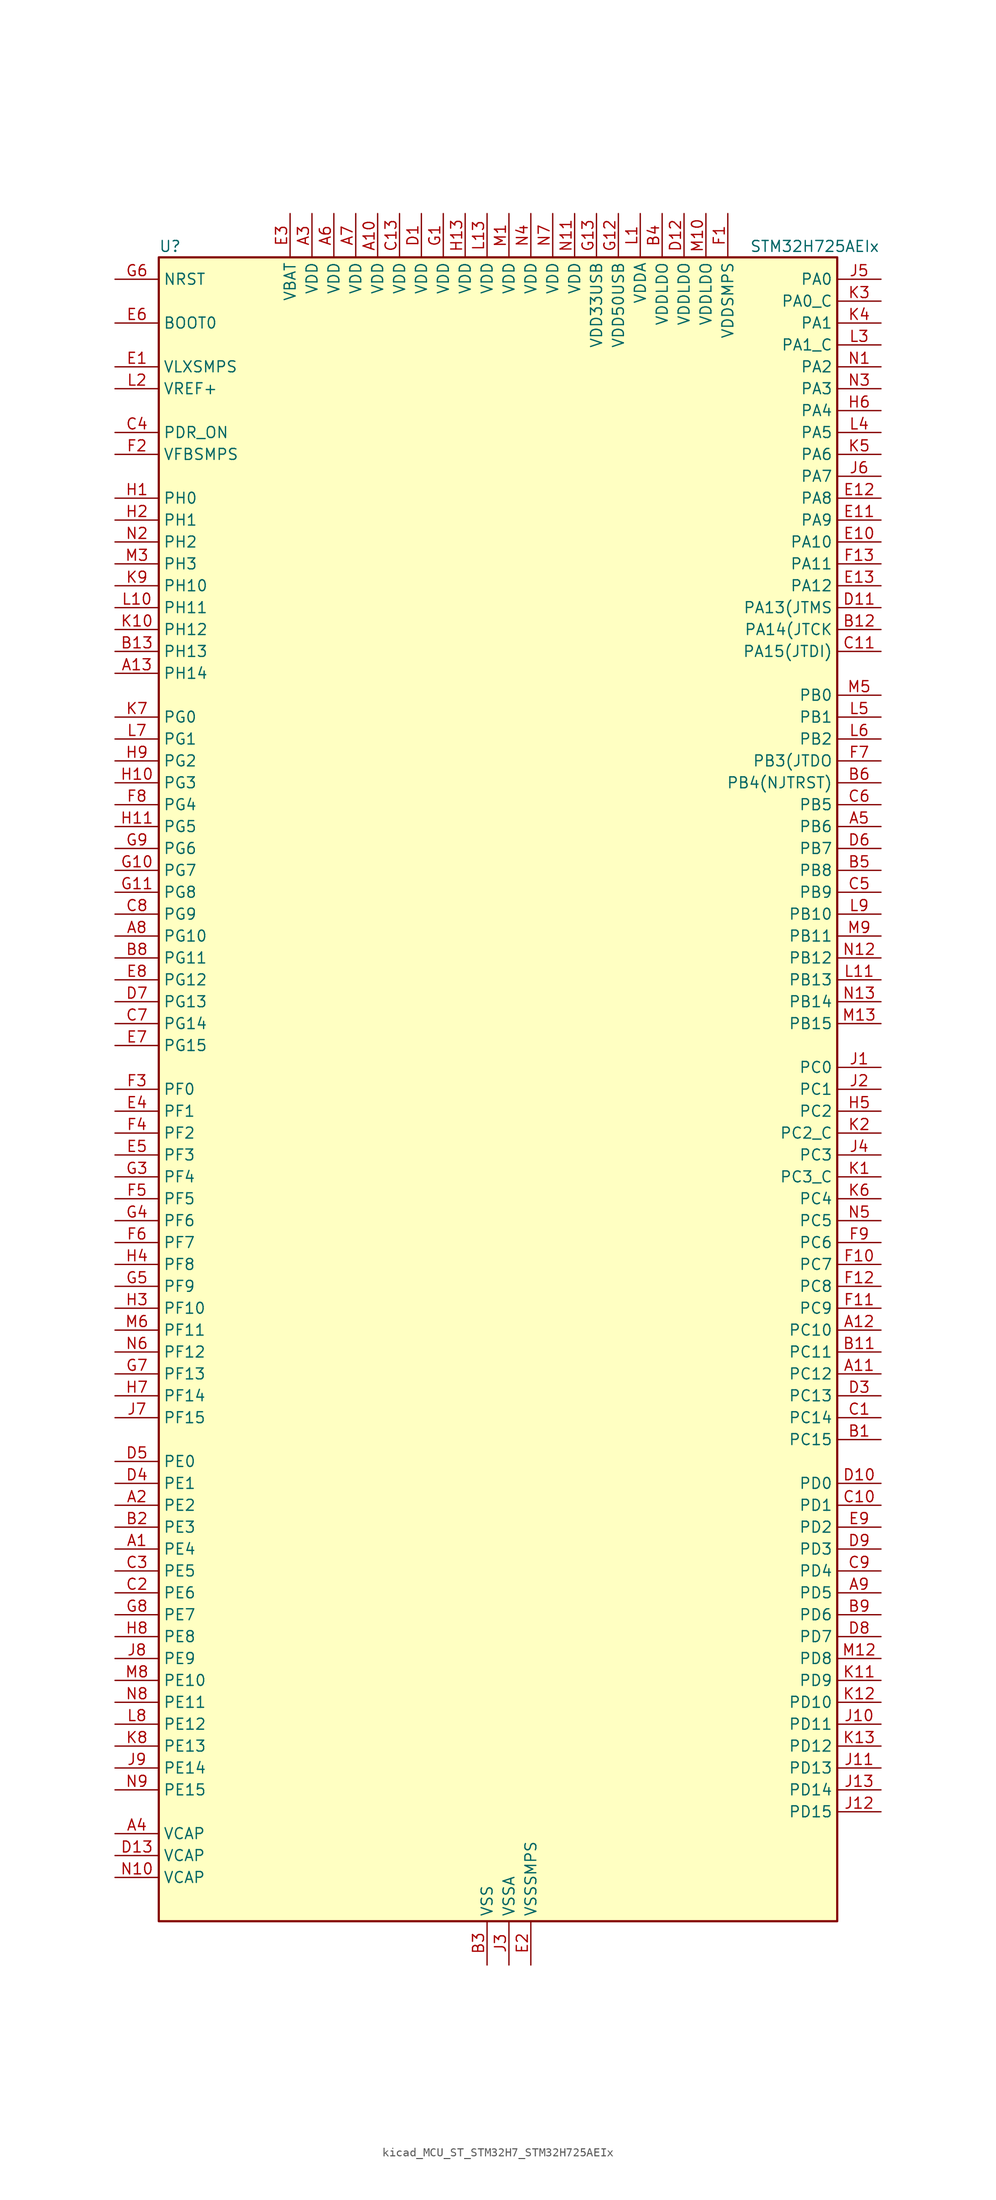
<source format=kicad_sym>
(kicad_symbol_lib
  (version 20220914)
  (generator kicad_symbol_editor)
  (symbol "kicad_MCU_ST_STM32H7_STM32H725AEIx"
    (property "Reference" "U"
      (at -38.1 97.79 0)
      (effects (font (size 1.27 1.27)) (justify left)))
    (property "Value" "STM32H725AEIx"
      (at 30.48 97.79 0)
      (effects (font (size 1.27 1.27)) (justify left)))
    (property "ki_locked" ""
      (at 0 0 0)
      (effects (font (size 1.27 1.27))))
    (symbol "kicad_MCU_ST_STM32H7_STM32H725AEIx_0_1"
      (rectangle (start -38.1 -96.52) (end 40.64 96.52) (stroke (width 0.254) (type default)) (fill (type background))))
    (symbol "kicad_MCU_ST_STM32H7_STM32H725AEIx_1_1"
      (pin bidirectional line (at -43.18 -53.34 0) (length 5.08) (name "PE4" (effects (font (size 1.27 1.27)))) (number "A1" (effects (font (size 1.27 1.27)))) (alternate "DCMI_D4" bidirectional line) (alternate "DEBUG_TRACED1" bidirectional line) (alternate "DFSDM1_DATIN3" bidirectional line) (alternate "FMC_A20" bidirectional line) (alternate "LTDC_B0" bidirectional line) (alternate "PSSI_D4" bidirectional line) (alternate "SAI1_D2" bidirectional line) (alternate "SAI1_FS_A" bidirectional line) (alternate "SAI4_D2" bidirectional line) (alternate "SAI4_FS_A" bidirectional line) (alternate "SPI4_NSS" bidirectional line) (alternate "TIM15_CH1N" bidirectional line))
      (pin power_in line (at -12.7 101.6 270) (length 5.08) (name "VDD" (effects (font (size 1.27 1.27)))) (number "A10" (effects (font (size 1.27 1.27)))))
      (pin bidirectional line (at 45.72 -33.02 180) (length 5.08) (name "PC12" (effects (font (size 1.27 1.27)))) (number "A11" (effects (font (size 1.27 1.27)))) (alternate "DCMI_D9" bidirectional line) (alternate "DEBUG_TRACED3" bidirectional line) (alternate "FMC_D6" bidirectional line) (alternate "FMC_DA6" bidirectional line) (alternate "I2C5_SMBA" bidirectional line) (alternate "I2S3_SDO" bidirectional line) (alternate "I2S6_CK" bidirectional line) (alternate "LTDC_R6" bidirectional line) (alternate "PSSI_D9" bidirectional line) (alternate "SDMMC1_CK" bidirectional line) (alternate "SPI3_MOSI" bidirectional line) (alternate "SPI6_SCK" bidirectional line) (alternate "TIM15_CH1" bidirectional line) (alternate "UART5_TX" bidirectional line) (alternate "USART3_CK" bidirectional line))
      (pin bidirectional line (at 45.72 -27.94 180) (length 5.08) (name "PC10" (effects (font (size 1.27 1.27)))) (number "A12" (effects (font (size 1.27 1.27)))) (alternate "DCMI_D8" bidirectional line) (alternate "DFSDM1_CKIN5" bidirectional line) (alternate "I2C5_SDA" bidirectional line) (alternate "I2S3_CK" bidirectional line) (alternate "LTDC_B1" bidirectional line) (alternate "LTDC_R2" bidirectional line) (alternate "OCTOSPIM_P1_IO1" bidirectional line) (alternate "PSSI_D8" bidirectional line) (alternate "SDMMC1_D2" bidirectional line) (alternate "SPI3_SCK" bidirectional line) (alternate "SWPMI1_RX" bidirectional line) (alternate "UART4_TX" bidirectional line) (alternate "USART3_TX" bidirectional line))
      (pin bidirectional line (at -43.18 48.26 0) (length 5.08) (name "PH14" (effects (font (size 1.27 1.27)))) (number "A13" (effects (font (size 1.27 1.27)))) (alternate "DCMI_D4" bidirectional line) (alternate "FDCAN1_RX" bidirectional line) (alternate "FMC_D22" bidirectional line) (alternate "LTDC_G3" bidirectional line) (alternate "PSSI_D4" bidirectional line) (alternate "TIM8_CH2N" bidirectional line) (alternate "UART4_RX" bidirectional line))
      (pin bidirectional line (at -43.18 -48.26 0) (length 5.08) (name "PE2" (effects (font (size 1.27 1.27)))) (number "A2" (effects (font (size 1.27 1.27)))) (alternate "DEBUG_TRACECLK" bidirectional line) (alternate "ETH_TXD3" bidirectional line) (alternate "FMC_A23" bidirectional line) (alternate "OCTOSPIM_P1_IO2" bidirectional line) (alternate "SAI1_CK1" bidirectional line) (alternate "SAI1_MCLK_A" bidirectional line) (alternate "SAI4_CK1" bidirectional line) (alternate "SAI4_MCLK_A" bidirectional line) (alternate "SPI4_SCK" bidirectional line) (alternate "USART10_RX" bidirectional line))
      (pin power_in line (at -20.32 101.6 270) (length 5.08) (name "VDD" (effects (font (size 1.27 1.27)))) (number "A3" (effects (font (size 1.27 1.27)))))
      (pin power_out line (at -43.18 -86.36 0) (length 5.08) (name "VCAP" (effects (font (size 1.27 1.27)))) (number "A4" (effects (font (size 1.27 1.27)))))
      (pin bidirectional line (at 45.72 30.48 180) (length 5.08) (name "PB6" (effects (font (size 1.27 1.27)))) (number "A5" (effects (font (size 1.27 1.27)))) (alternate "CEC" bidirectional line) (alternate "DCMI_D5" bidirectional line) (alternate "DFSDM1_DATIN5" bidirectional line) (alternate "FDCAN2_TX" bidirectional line) (alternate "FMC_SDNE1" bidirectional line) (alternate "I2C1_SCL" bidirectional line) (alternate "I2C4_SCL" bidirectional line) (alternate "LPUART1_TX" bidirectional line) (alternate "OCTOSPIM_P1_NCS" bidirectional line) (alternate "PSSI_D5" bidirectional line) (alternate "TIM16_CH1N" bidirectional line) (alternate "TIM4_CH1" bidirectional line) (alternate "UART5_TX" bidirectional line) (alternate "USART1_TX" bidirectional line))
      (pin power_in line (at -17.78 101.6 270) (length 5.08) (name "VDD" (effects (font (size 1.27 1.27)))) (number "A6" (effects (font (size 1.27 1.27)))))
      (pin power_in line (at -15.24 101.6 270) (length 5.08) (name "VDD" (effects (font (size 1.27 1.27)))) (number "A7" (effects (font (size 1.27 1.27)))))
      (pin bidirectional line (at -43.18 17.78 0) (length 5.08) (name "PG10" (effects (font (size 1.27 1.27)))) (number "A8" (effects (font (size 1.27 1.27)))) (alternate "DCMI_D2" bidirectional line) (alternate "FDCAN3_RX" bidirectional line) (alternate "FMC_NE3" bidirectional line) (alternate "I2S1_WS" bidirectional line) (alternate "LTDC_B2" bidirectional line) (alternate "LTDC_G3" bidirectional line) (alternate "OCTOSPIM_P2_IO6" bidirectional line) (alternate "PSSI_D2" bidirectional line) (alternate "SAI4_SD_B" bidirectional line) (alternate "SDMMC2_D1" bidirectional line) (alternate "SPI1_NSS" bidirectional line))
      (pin bidirectional line (at 45.72 -58.42 180) (length 5.08) (name "PD5" (effects (font (size 1.27 1.27)))) (number "A9" (effects (font (size 1.27 1.27)))) (alternate "FMC_NWE" bidirectional line) (alternate "OCTOSPIM_P1_IO5" bidirectional line) (alternate "USART2_TX" bidirectional line))
      (pin bidirectional line (at 45.72 -40.64 180) (length 5.08) (name "PC15" (effects (font (size 1.27 1.27)))) (number "B1" (effects (font (size 1.27 1.27)))) (alternate "ADC1_EXTI15" bidirectional line) (alternate "ADC2_EXTI15" bidirectional line) (alternate "ADC3_EXTI15" bidirectional line) (alternate "RCC_OSC32_OUT" bidirectional line))
      (pin passive line (at 0 -101.6 90) (length 5.08) hide (name "VSS" (effects (font (size 1.27 1.27)))) (number "B10" (effects (font (size 1.27 1.27)))))
      (pin bidirectional line (at 45.72 -30.48 180) (length 5.08) (name "PC11" (effects (font (size 1.27 1.27)))) (number "B11" (effects (font (size 1.27 1.27)))) (alternate "ADC1_EXTI11" bidirectional line) (alternate "ADC2_EXTI11" bidirectional line) (alternate "ADC3_EXTI11" bidirectional line) (alternate "DCMI_D4" bidirectional line) (alternate "DFSDM1_DATIN5" bidirectional line) (alternate "I2C5_SCL" bidirectional line) (alternate "I2S3_SDI" bidirectional line) (alternate "LTDC_B4" bidirectional line) (alternate "OCTOSPIM_P1_NCS" bidirectional line) (alternate "PSSI_D4" bidirectional line) (alternate "SDMMC1_D3" bidirectional line) (alternate "SPI3_MISO" bidirectional line) (alternate "UART4_RX" bidirectional line) (alternate "USART3_RX" bidirectional line))
      (pin bidirectional line (at 45.72 53.34 180) (length 5.08) (name "PA14(JTCK" (effects (font (size 1.27 1.27)))) (number "B12" (effects (font (size 1.27 1.27)))) (alternate "DEBUG_JTCK-SWCLK" bidirectional line))
      (pin bidirectional line (at -43.18 50.8 0) (length 5.08) (name "PH13" (effects (font (size 1.27 1.27)))) (number "B13" (effects (font (size 1.27 1.27)))) (alternate "FDCAN1_TX" bidirectional line) (alternate "FMC_D21" bidirectional line) (alternate "LTDC_G2" bidirectional line) (alternate "TIM8_CH1N" bidirectional line) (alternate "UART4_TX" bidirectional line))
      (pin bidirectional line (at -43.18 -50.8 0) (length 5.08) (name "PE3" (effects (font (size 1.27 1.27)))) (number "B2" (effects (font (size 1.27 1.27)))) (alternate "DEBUG_TRACED0" bidirectional line) (alternate "FMC_A19" bidirectional line) (alternate "SAI1_SD_B" bidirectional line) (alternate "SAI4_SD_B" bidirectional line) (alternate "TIM15_BKIN" bidirectional line) (alternate "USART10_TX" bidirectional line))
      (pin power_in line (at 0 -101.6 90) (length 5.08) (name "VSS" (effects (font (size 1.27 1.27)))) (number "B3" (effects (font (size 1.27 1.27)))))
      (pin power_in line (at 20.32 101.6 270) (length 5.08) (name "VDDLDO" (effects (font (size 1.27 1.27)))) (number "B4" (effects (font (size 1.27 1.27)))))
      (pin bidirectional line (at 45.72 25.4 180) (length 5.08) (name "PB8" (effects (font (size 1.27 1.27)))) (number "B5" (effects (font (size 1.27 1.27)))) (alternate "DCMI_D6" bidirectional line) (alternate "DFSDM1_CKIN7" bidirectional line) (alternate "ETH_TXD3" bidirectional line) (alternate "FDCAN1_RX" bidirectional line) (alternate "I2C1_SCL" bidirectional line) (alternate "I2C4_SCL" bidirectional line) (alternate "LTDC_B6" bidirectional line) (alternate "PSSI_D6" bidirectional line) (alternate "SDMMC1_CKIN" bidirectional line) (alternate "SDMMC1_D4" bidirectional line) (alternate "SDMMC2_D4" bidirectional line) (alternate "TIM16_CH1" bidirectional line) (alternate "TIM4_CH3" bidirectional line) (alternate "UART4_RX" bidirectional line))
      (pin bidirectional line (at 45.72 35.56 180) (length 5.08) (name "PB4(NJTRST)" (effects (font (size 1.27 1.27)))) (number "B6" (effects (font (size 1.27 1.27)))) (alternate "DEBUG_JTRST" bidirectional line) (alternate "I2S1_SDI" bidirectional line) (alternate "I2S2_WS" bidirectional line) (alternate "I2S3_SDI" bidirectional line) (alternate "I2S6_SDI" bidirectional line) (alternate "SDMMC2_D3" bidirectional line) (alternate "SPI1_MISO" bidirectional line) (alternate "SPI2_NSS" bidirectional line) (alternate "SPI3_MISO" bidirectional line) (alternate "SPI6_MISO" bidirectional line) (alternate "TIM16_BKIN" bidirectional line) (alternate "TIM3_CH1" bidirectional line) (alternate "UART7_TX" bidirectional line))
      (pin passive line (at 0 -101.6 90) (length 5.08) hide (name "VSS" (effects (font (size 1.27 1.27)))) (number "B7" (effects (font (size 1.27 1.27)))))
      (pin bidirectional line (at -43.18 15.24 0) (length 5.08) (name "PG11" (effects (font (size 1.27 1.27)))) (number "B8" (effects (font (size 1.27 1.27)))) (alternate "ADC1_EXTI11" bidirectional line) (alternate "ADC2_EXTI11" bidirectional line) (alternate "ADC3_EXTI11" bidirectional line) (alternate "DCMI_D3" bidirectional line) (alternate "ETH_TX_EN" bidirectional line) (alternate "I2S1_CK" bidirectional line) (alternate "LPTIM1_IN2" bidirectional line) (alternate "LTDC_B3" bidirectional line) (alternate "OCTOSPIM_P2_IO7" bidirectional line) (alternate "PSSI_D3" bidirectional line) (alternate "SDMMC2_D2" bidirectional line) (alternate "SPDIFRX1_IN0" bidirectional line) (alternate "SPI1_SCK" bidirectional line) (alternate "USART10_RX" bidirectional line))
      (pin bidirectional line (at 45.72 -60.96 180) (length 5.08) (name "PD6" (effects (font (size 1.27 1.27)))) (number "B9" (effects (font (size 1.27 1.27)))) (alternate "DCMI_D10" bidirectional line) (alternate "DFSDM1_CKIN4" bidirectional line) (alternate "DFSDM1_DATIN1" bidirectional line) (alternate "FMC_NWAIT" bidirectional line) (alternate "I2S3_SDO" bidirectional line) (alternate "LTDC_B2" bidirectional line) (alternate "OCTOSPIM_P1_IO6" bidirectional line) (alternate "PSSI_D10" bidirectional line) (alternate "SAI1_D1" bidirectional line) (alternate "SAI1_SD_A" bidirectional line) (alternate "SAI4_D1" bidirectional line) (alternate "SAI4_SD_A" bidirectional line) (alternate "SDMMC2_CK" bidirectional line) (alternate "SPI3_MOSI" bidirectional line) (alternate "USART2_RX" bidirectional line))
      (pin bidirectional line (at 45.72 -38.1 180) (length 5.08) (name "PC14" (effects (font (size 1.27 1.27)))) (number "C1" (effects (font (size 1.27 1.27)))) (alternate "RCC_OSC32_IN" bidirectional line))
      (pin bidirectional line (at 45.72 -48.26 180) (length 5.08) (name "PD1" (effects (font (size 1.27 1.27)))) (number "C10" (effects (font (size 1.27 1.27)))) (alternate "DFSDM1_DATIN6" bidirectional line) (alternate "FDCAN1_TX" bidirectional line) (alternate "FMC_D3" bidirectional line) (alternate "FMC_DA3" bidirectional line) (alternate "UART4_TX" bidirectional line))
      (pin bidirectional line (at 45.72 50.8 180) (length 5.08) (name "PA15(JTDI)" (effects (font (size 1.27 1.27)))) (number "C11" (effects (font (size 1.27 1.27)))) (alternate "ADC1_EXTI15" bidirectional line) (alternate "ADC2_EXTI15" bidirectional line) (alternate "ADC3_EXTI15" bidirectional line) (alternate "CEC" bidirectional line) (alternate "DEBUG_JTDI" bidirectional line) (alternate "I2S1_WS" bidirectional line) (alternate "I2S3_WS" bidirectional line) (alternate "I2S6_WS" bidirectional line) (alternate "LTDC_B6" bidirectional line) (alternate "LTDC_R3" bidirectional line) (alternate "SPI1_NSS" bidirectional line) (alternate "SPI3_NSS" bidirectional line) (alternate "SPI6_NSS" bidirectional line) (alternate "TIM2_CH1" bidirectional line) (alternate "TIM2_ETR" bidirectional line) (alternate "UART4_DE" bidirectional line) (alternate "UART4_RTS" bidirectional line) (alternate "UART7_TX" bidirectional line))
      (pin passive line (at 0 -101.6 90) (length 5.08) hide (name "VSS" (effects (font (size 1.27 1.27)))) (number "C12" (effects (font (size 1.27 1.27)))))
      (pin power_in line (at -10.16 101.6 270) (length 5.08) (name "VDD" (effects (font (size 1.27 1.27)))) (number "C13" (effects (font (size 1.27 1.27)))))
      (pin bidirectional line (at -43.18 -58.42 0) (length 5.08) (name "PE6" (effects (font (size 1.27 1.27)))) (number "C2" (effects (font (size 1.27 1.27)))) (alternate "DCMI_D7" bidirectional line) (alternate "DEBUG_TRACED3" bidirectional line) (alternate "FMC_A22" bidirectional line) (alternate "LTDC_G1" bidirectional line) (alternate "PSSI_D7" bidirectional line) (alternate "SAI1_D1" bidirectional line) (alternate "SAI1_SD_A" bidirectional line) (alternate "SAI4_D1" bidirectional line) (alternate "SAI4_MCLK_B" bidirectional line) (alternate "SAI4_SD_A" bidirectional line) (alternate "SPI4_MOSI" bidirectional line) (alternate "TIM15_CH2" bidirectional line) (alternate "TIM1_BKIN2" bidirectional line) (alternate "TIM1_BKIN2_COMP1" bidirectional line) (alternate "TIM1_BKIN2_COMP2" bidirectional line))
      (pin bidirectional line (at -43.18 -55.88 0) (length 5.08) (name "PE5" (effects (font (size 1.27 1.27)))) (number "C3" (effects (font (size 1.27 1.27)))) (alternate "DCMI_D6" bidirectional line) (alternate "DEBUG_TRACED2" bidirectional line) (alternate "DFSDM1_CKIN3" bidirectional line) (alternate "FMC_A21" bidirectional line) (alternate "LTDC_G0" bidirectional line) (alternate "PSSI_D6" bidirectional line) (alternate "SAI1_CK2" bidirectional line) (alternate "SAI1_SCK_A" bidirectional line) (alternate "SAI4_CK2" bidirectional line) (alternate "SAI4_SCK_A" bidirectional line) (alternate "SPI4_MISO" bidirectional line) (alternate "TIM15_CH1" bidirectional line))
      (pin input line (at -43.18 76.2 0) (length 5.08) (name "PDR_ON" (effects (font (size 1.27 1.27)))) (number "C4" (effects (font (size 1.27 1.27)))))
      (pin bidirectional line (at 45.72 22.86 180) (length 5.08) (name "PB9" (effects (font (size 1.27 1.27)))) (number "C5" (effects (font (size 1.27 1.27)))) (alternate "DAC1_EXTI9" bidirectional line) (alternate "DCMI_D7" bidirectional line) (alternate "DFSDM1_DATIN7" bidirectional line) (alternate "FDCAN1_TX" bidirectional line) (alternate "I2C1_SDA" bidirectional line) (alternate "I2C4_SDA" bidirectional line) (alternate "I2C4_SMBA" bidirectional line) (alternate "I2S2_WS" bidirectional line) (alternate "LTDC_B7" bidirectional line) (alternate "PSSI_D7" bidirectional line) (alternate "SDMMC1_CDIR" bidirectional line) (alternate "SDMMC1_D5" bidirectional line) (alternate "SDMMC2_D5" bidirectional line) (alternate "SPI2_NSS" bidirectional line) (alternate "TIM17_CH1" bidirectional line) (alternate "TIM4_CH4" bidirectional line) (alternate "UART4_TX" bidirectional line))
      (pin bidirectional line (at 45.72 33.02 180) (length 5.08) (name "PB5" (effects (font (size 1.27 1.27)))) (number "C6" (effects (font (size 1.27 1.27)))) (alternate "DCMI_D10" bidirectional line) (alternate "ETH_PPS_OUT" bidirectional line) (alternate "FDCAN2_RX" bidirectional line) (alternate "FMC_SDCKE1" bidirectional line) (alternate "I2C1_SMBA" bidirectional line) (alternate "I2C4_SMBA" bidirectional line) (alternate "I2S1_SDO" bidirectional line) (alternate "I2S3_SDO" bidirectional line) (alternate "I2S6_SDO" bidirectional line) (alternate "LTDC_B5" bidirectional line) (alternate "PSSI_D10" bidirectional line) (alternate "SPI1_MOSI" bidirectional line) (alternate "SPI3_MOSI" bidirectional line) (alternate "SPI6_MOSI" bidirectional line) (alternate "TIM17_BKIN" bidirectional line) (alternate "TIM3_CH2" bidirectional line) (alternate "UART5_RX" bidirectional line) (alternate "USB_OTG_HS_ULPI_D7" bidirectional line))
      (pin bidirectional line (at -43.18 7.62 0) (length 5.08) (name "PG14" (effects (font (size 1.27 1.27)))) (number "C7" (effects (font (size 1.27 1.27)))) (alternate "DEBUG_TRACED1" bidirectional line) (alternate "ETH_TXD1" bidirectional line) (alternate "FMC_A25" bidirectional line) (alternate "I2S6_SDO" bidirectional line) (alternate "LPTIM1_ETR" bidirectional line) (alternate "LTDC_B0" bidirectional line) (alternate "OCTOSPIM_P1_IO7" bidirectional line) (alternate "SDMMC2_D7" bidirectional line) (alternate "SPI6_MOSI" bidirectional line) (alternate "TIM23_CH3" bidirectional line) (alternate "USART10_DE" bidirectional line) (alternate "USART10_RTS" bidirectional line) (alternate "USART6_TX" bidirectional line))
      (pin bidirectional line (at -43.18 20.32 0) (length 5.08) (name "PG9" (effects (font (size 1.27 1.27)))) (number "C8" (effects (font (size 1.27 1.27)))) (alternate "DAC1_EXTI9" bidirectional line) (alternate "DCMI_VSYNC" bidirectional line) (alternate "FDCAN3_TX" bidirectional line) (alternate "FMC_NCE" bidirectional line) (alternate "FMC_NE2" bidirectional line) (alternate "I2S1_SDI" bidirectional line) (alternate "OCTOSPIM_P1_IO6" bidirectional line) (alternate "PSSI_RDY" bidirectional line) (alternate "SAI4_FS_B" bidirectional line) (alternate "SDMMC2_D0" bidirectional line) (alternate "SPDIFRX1_IN3" bidirectional line) (alternate "SPI1_MISO" bidirectional line) (alternate "USART6_RX" bidirectional line))
      (pin bidirectional line (at 45.72 -55.88 180) (length 5.08) (name "PD4" (effects (font (size 1.27 1.27)))) (number "C9" (effects (font (size 1.27 1.27)))) (alternate "FMC_NOE" bidirectional line) (alternate "OCTOSPIM_P1_IO4" bidirectional line) (alternate "USART2_DE" bidirectional line) (alternate "USART2_RTS" bidirectional line))
      (pin power_in line (at -7.62 101.6 270) (length 5.08) (name "VDD" (effects (font (size 1.27 1.27)))) (number "D1" (effects (font (size 1.27 1.27)))))
      (pin bidirectional line (at 45.72 -45.72 180) (length 5.08) (name "PD0" (effects (font (size 1.27 1.27)))) (number "D10" (effects (font (size 1.27 1.27)))) (alternate "DFSDM1_CKIN6" bidirectional line) (alternate "FDCAN1_RX" bidirectional line) (alternate "FMC_D2" bidirectional line) (alternate "FMC_DA2" bidirectional line) (alternate "LTDC_B1" bidirectional line) (alternate "UART4_RX" bidirectional line) (alternate "UART9_CTS" bidirectional line))
      (pin bidirectional line (at 45.72 55.88 180) (length 5.08) (name "PA13(JTMS" (effects (font (size 1.27 1.27)))) (number "D11" (effects (font (size 1.27 1.27)))) (alternate "DEBUG_JTMS-SWDIO" bidirectional line))
      (pin power_in line (at 22.86 101.6 270) (length 5.08) (name "VDDLDO" (effects (font (size 1.27 1.27)))) (number "D12" (effects (font (size 1.27 1.27)))))
      (pin power_out line (at -43.18 -88.9 0) (length 5.08) (name "VCAP" (effects (font (size 1.27 1.27)))) (number "D13" (effects (font (size 1.27 1.27)))))
      (pin passive line (at 0 -101.6 90) (length 5.08) hide (name "VSS" (effects (font (size 1.27 1.27)))) (number "D2" (effects (font (size 1.27 1.27)))))
      (pin bidirectional line (at 45.72 -35.56 180) (length 5.08) (name "PC13" (effects (font (size 1.27 1.27)))) (number "D3" (effects (font (size 1.27 1.27)))) (alternate "PWR_WKUP4" bidirectional line) (alternate "RTC_OUT_ALARM" bidirectional line) (alternate "RTC_OUT_CALIB" bidirectional line) (alternate "RTC_TAMP1" bidirectional line) (alternate "RTC_TS" bidirectional line))
      (pin bidirectional line (at -43.18 -45.72 0) (length 5.08) (name "PE1" (effects (font (size 1.27 1.27)))) (number "D4" (effects (font (size 1.27 1.27)))) (alternate "DCMI_D3" bidirectional line) (alternate "FMC_NBL1" bidirectional line) (alternate "LPTIM1_IN2" bidirectional line) (alternate "LTDC_R6" bidirectional line) (alternate "PSSI_D3" bidirectional line) (alternate "UART8_TX" bidirectional line))
      (pin bidirectional line (at -43.18 -43.18 0) (length 5.08) (name "PE0" (effects (font (size 1.27 1.27)))) (number "D5" (effects (font (size 1.27 1.27)))) (alternate "DCMI_D2" bidirectional line) (alternate "FMC_NBL0" bidirectional line) (alternate "LPTIM1_ETR" bidirectional line) (alternate "LPTIM2_ETR" bidirectional line) (alternate "LTDC_R0" bidirectional line) (alternate "PSSI_D2" bidirectional line) (alternate "SAI4_MCLK_A" bidirectional line) (alternate "TIM4_ETR" bidirectional line) (alternate "UART8_RX" bidirectional line))
      (pin bidirectional line (at 45.72 27.94 180) (length 5.08) (name "PB7" (effects (font (size 1.27 1.27)))) (number "D6" (effects (font (size 1.27 1.27)))) (alternate "DCMI_VSYNC" bidirectional line) (alternate "DFSDM1_CKIN5" bidirectional line) (alternate "FMC_NL" bidirectional line) (alternate "I2C1_SDA" bidirectional line) (alternate "I2C4_SDA" bidirectional line) (alternate "LPUART1_RX" bidirectional line) (alternate "PSSI_RDY" bidirectional line) (alternate "PWR_PVD_IN" bidirectional line) (alternate "TIM17_CH1N" bidirectional line) (alternate "TIM4_CH2" bidirectional line) (alternate "USART1_RX" bidirectional line))
      (pin bidirectional line (at -43.18 10.16 0) (length 5.08) (name "PG13" (effects (font (size 1.27 1.27)))) (number "D7" (effects (font (size 1.27 1.27)))) (alternate "DEBUG_TRACED0" bidirectional line) (alternate "ETH_TXD0" bidirectional line) (alternate "FMC_A24" bidirectional line) (alternate "I2S6_CK" bidirectional line) (alternate "LPTIM1_OUT" bidirectional line) (alternate "LTDC_R0" bidirectional line) (alternate "SDMMC2_D6" bidirectional line) (alternate "SPI6_SCK" bidirectional line) (alternate "TIM23_CH2" bidirectional line) (alternate "USART10_CTS" bidirectional line) (alternate "USART10_NSS" bidirectional line) (alternate "USART6_CTS" bidirectional line) (alternate "USART6_NSS" bidirectional line))
      (pin bidirectional line (at 45.72 -63.5 180) (length 5.08) (name "PD7" (effects (font (size 1.27 1.27)))) (number "D8" (effects (font (size 1.27 1.27)))) (alternate "DFSDM1_CKIN1" bidirectional line) (alternate "DFSDM1_DATIN4" bidirectional line) (alternate "FMC_NE1" bidirectional line) (alternate "I2S1_SDO" bidirectional line) (alternate "OCTOSPIM_P1_IO7" bidirectional line) (alternate "SDMMC2_CMD" bidirectional line) (alternate "SPDIFRX1_IN0" bidirectional line) (alternate "SPI1_MOSI" bidirectional line) (alternate "USART2_CK" bidirectional line))
      (pin bidirectional line (at 45.72 -53.34 180) (length 5.08) (name "PD3" (effects (font (size 1.27 1.27)))) (number "D9" (effects (font (size 1.27 1.27)))) (alternate "DCMI_D5" bidirectional line) (alternate "DFSDM1_CKOUT" bidirectional line) (alternate "FMC_CLK" bidirectional line) (alternate "I2S2_CK" bidirectional line) (alternate "LTDC_G7" bidirectional line) (alternate "PSSI_D5" bidirectional line) (alternate "SPI2_SCK" bidirectional line) (alternate "USART2_CTS" bidirectional line) (alternate "USART2_NSS" bidirectional line))
      (pin power_in line (at -43.18 83.82 0) (length 5.08) (name "VLXSMPS" (effects (font (size 1.27 1.27)))) (number "E1" (effects (font (size 1.27 1.27)))))
      (pin bidirectional line (at 45.72 63.5 180) (length 5.08) (name "PA10" (effects (font (size 1.27 1.27)))) (number "E10" (effects (font (size 1.27 1.27)))) (alternate "DCMI_D1" bidirectional line) (alternate "LPUART1_RX" bidirectional line) (alternate "LTDC_B1" bidirectional line) (alternate "LTDC_B4" bidirectional line) (alternate "MDIOS_MDIO" bidirectional line) (alternate "PSSI_D1" bidirectional line) (alternate "TIM1_CH3" bidirectional line) (alternate "USART1_RX" bidirectional line) (alternate "USB_OTG_HS_ID" bidirectional line))
      (pin bidirectional line (at 45.72 66.04 180) (length 5.08) (name "PA9" (effects (font (size 1.27 1.27)))) (number "E11" (effects (font (size 1.27 1.27)))) (alternate "DAC1_EXTI9" bidirectional line) (alternate "DCMI_D0" bidirectional line) (alternate "ETH_TX_ER" bidirectional line) (alternate "I2C3_SMBA" bidirectional line) (alternate "I2C5_SMBA" bidirectional line) (alternate "I2S2_CK" bidirectional line) (alternate "LPUART1_TX" bidirectional line) (alternate "LTDC_R5" bidirectional line) (alternate "PSSI_D0" bidirectional line) (alternate "SPI2_SCK" bidirectional line) (alternate "TIM1_CH2" bidirectional line) (alternate "USART1_TX" bidirectional line) (alternate "USB_OTG_HS_VBUS" bidirectional line))
      (pin bidirectional line (at 45.72 68.58 180) (length 5.08) (name "PA8" (effects (font (size 1.27 1.27)))) (number "E12" (effects (font (size 1.27 1.27)))) (alternate "I2C3_SCL" bidirectional line) (alternate "I2C5_SCL" bidirectional line) (alternate "LTDC_B3" bidirectional line) (alternate "LTDC_R6" bidirectional line) (alternate "RCC_MCO_1" bidirectional line) (alternate "TIM1_CH1" bidirectional line) (alternate "TIM8_BKIN2" bidirectional line) (alternate "TIM8_BKIN2_COMP1" bidirectional line) (alternate "TIM8_BKIN2_COMP2" bidirectional line) (alternate "UART7_RX" bidirectional line) (alternate "USART1_CK" bidirectional line) (alternate "USB_OTG_HS_SOF" bidirectional line))
      (pin bidirectional line (at 45.72 58.42 180) (length 5.08) (name "PA12" (effects (font (size 1.27 1.27)))) (number "E13" (effects (font (size 1.27 1.27)))) (alternate "FDCAN1_TX" bidirectional line) (alternate "I2S2_CK" bidirectional line) (alternate "LPUART1_DE" bidirectional line) (alternate "LPUART1_RTS" bidirectional line) (alternate "LTDC_R5" bidirectional line) (alternate "SAI4_FS_B" bidirectional line) (alternate "SPI2_SCK" bidirectional line) (alternate "TIM1_BKIN2" bidirectional line) (alternate "TIM1_ETR" bidirectional line) (alternate "UART4_TX" bidirectional line) (alternate "USART1_DE" bidirectional line) (alternate "USART1_RTS" bidirectional line) (alternate "USB_OTG_HS_DP" bidirectional line))
      (pin power_in line (at 5.08 -101.6 90) (length 5.08) (name "VSSSMPS" (effects (font (size 1.27 1.27)))) (number "E2" (effects (font (size 1.27 1.27)))))
      (pin power_in line (at -22.86 101.6 270) (length 5.08) (name "VBAT" (effects (font (size 1.27 1.27)))) (number "E3" (effects (font (size 1.27 1.27)))))
      (pin bidirectional line (at -43.18 -2.54 0) (length 5.08) (name "PF1" (effects (font (size 1.27 1.27)))) (number "E4" (effects (font (size 1.27 1.27)))) (alternate "FMC_A1" bidirectional line) (alternate "I2C2_SCL" bidirectional line) (alternate "I2C5_SCL" bidirectional line) (alternate "OCTOSPIM_P2_IO1" bidirectional line) (alternate "TIM23_CH2" bidirectional line))
      (pin bidirectional line (at -43.18 -7.62 0) (length 5.08) (name "PF3" (effects (font (size 1.27 1.27)))) (number "E5" (effects (font (size 1.27 1.27)))) (alternate "ADC3_INP5" bidirectional line) (alternate "FMC_A3" bidirectional line) (alternate "OCTOSPIM_P2_IO3" bidirectional line) (alternate "TIM23_CH4" bidirectional line))
      (pin input line (at -43.18 88.9 0) (length 5.08) (name "BOOT0" (effects (font (size 1.27 1.27)))) (number "E6" (effects (font (size 1.27 1.27)))))
      (pin bidirectional line (at -43.18 5.08 0) (length 5.08) (name "PG15" (effects (font (size 1.27 1.27)))) (number "E7" (effects (font (size 1.27 1.27)))) (alternate "ADC1_EXTI15" bidirectional line) (alternate "ADC2_EXTI15" bidirectional line) (alternate "ADC3_EXTI15" bidirectional line) (alternate "DCMI_D13" bidirectional line) (alternate "FMC_SDNCAS" bidirectional line) (alternate "OCTOSPIM_P2_DQS" bidirectional line) (alternate "PSSI_D13" bidirectional line) (alternate "USART10_CK" bidirectional line) (alternate "USART6_CTS" bidirectional line) (alternate "USART6_NSS" bidirectional line))
      (pin bidirectional line (at -43.18 12.7 0) (length 5.08) (name "PG12" (effects (font (size 1.27 1.27)))) (number "E8" (effects (font (size 1.27 1.27)))) (alternate "ETH_TXD1" bidirectional line) (alternate "FMC_NE4" bidirectional line) (alternate "I2S6_SDI" bidirectional line) (alternate "LPTIM1_IN1" bidirectional line) (alternate "LTDC_B1" bidirectional line) (alternate "LTDC_B4" bidirectional line) (alternate "OCTOSPIM_P2_NCS" bidirectional line) (alternate "SDMMC2_D3" bidirectional line) (alternate "SPDIFRX1_IN1" bidirectional line) (alternate "SPI6_MISO" bidirectional line) (alternate "TIM23_CH1" bidirectional line) (alternate "USART10_TX" bidirectional line) (alternate "USART6_DE" bidirectional line) (alternate "USART6_RTS" bidirectional line))
      (pin bidirectional line (at 45.72 -50.8 180) (length 5.08) (name "PD2" (effects (font (size 1.27 1.27)))) (number "E9" (effects (font (size 1.27 1.27)))) (alternate "DCMI_D11" bidirectional line) (alternate "DEBUG_TRACED2" bidirectional line) (alternate "FMC_D7" bidirectional line) (alternate "FMC_DA7" bidirectional line) (alternate "LTDC_B2" bidirectional line) (alternate "LTDC_B7" bidirectional line) (alternate "PSSI_D11" bidirectional line) (alternate "SDMMC1_CMD" bidirectional line) (alternate "TIM15_BKIN" bidirectional line) (alternate "TIM3_ETR" bidirectional line) (alternate "UART5_RX" bidirectional line))
      (pin power_in line (at 27.94 101.6 270) (length 5.08) (name "VDDSMPS" (effects (font (size 1.27 1.27)))) (number "F1" (effects (font (size 1.27 1.27)))))
      (pin bidirectional line (at 45.72 -20.32 180) (length 5.08) (name "PC7" (effects (font (size 1.27 1.27)))) (number "F10" (effects (font (size 1.27 1.27)))) (alternate "DCMI_D1" bidirectional line) (alternate "DEBUG_TRGIO" bidirectional line) (alternate "DFSDM1_DATIN3" bidirectional line) (alternate "FMC_NE1" bidirectional line) (alternate "I2S3_MCK" bidirectional line) (alternate "LTDC_G6" bidirectional line) (alternate "PSSI_D1" bidirectional line) (alternate "SDMMC1_D123DIR" bidirectional line) (alternate "SDMMC1_D7" bidirectional line) (alternate "SDMMC2_D7" bidirectional line) (alternate "SWPMI1_TX" bidirectional line) (alternate "TIM3_CH2" bidirectional line) (alternate "TIM8_CH2" bidirectional line) (alternate "USART6_RX" bidirectional line))
      (pin bidirectional line (at 45.72 -25.4 180) (length 5.08) (name "PC9" (effects (font (size 1.27 1.27)))) (number "F11" (effects (font (size 1.27 1.27)))) (alternate "DAC1_EXTI9" bidirectional line) (alternate "DCMI_D3" bidirectional line) (alternate "I2C3_SDA" bidirectional line) (alternate "I2C5_SDA" bidirectional line) (alternate "I2S_CKIN" bidirectional line) (alternate "LTDC_B2" bidirectional line) (alternate "LTDC_G3" bidirectional line) (alternate "OCTOSPIM_P1_IO0" bidirectional line) (alternate "PSSI_D3" bidirectional line) (alternate "RCC_MCO_2" bidirectional line) (alternate "SDMMC1_D1" bidirectional line) (alternate "SWPMI1_SUSPEND" bidirectional line) (alternate "TIM3_CH4" bidirectional line) (alternate "TIM8_CH4" bidirectional line) (alternate "UART5_CTS" bidirectional line))
      (pin bidirectional line (at 45.72 -22.86 180) (length 5.08) (name "PC8" (effects (font (size 1.27 1.27)))) (number "F12" (effects (font (size 1.27 1.27)))) (alternate "DCMI_D2" bidirectional line) (alternate "DEBUG_TRACED1" bidirectional line) (alternate "FMC_INT" bidirectional line) (alternate "FMC_NCE" bidirectional line) (alternate "FMC_NE2" bidirectional line) (alternate "PSSI_D2" bidirectional line) (alternate "SDMMC1_D0" bidirectional line) (alternate "SWPMI1_RX" bidirectional line) (alternate "TIM3_CH3" bidirectional line) (alternate "TIM8_CH3" bidirectional line) (alternate "UART5_DE" bidirectional line) (alternate "UART5_RTS" bidirectional line) (alternate "USART6_CK" bidirectional line))
      (pin bidirectional line (at 45.72 60.96 180) (length 5.08) (name "PA11" (effects (font (size 1.27 1.27)))) (number "F13" (effects (font (size 1.27 1.27)))) (alternate "ADC1_EXTI11" bidirectional line) (alternate "ADC2_EXTI11" bidirectional line) (alternate "ADC3_EXTI11" bidirectional line) (alternate "FDCAN1_RX" bidirectional line) (alternate "I2S2_WS" bidirectional line) (alternate "LPUART1_CTS" bidirectional line) (alternate "LTDC_R4" bidirectional line) (alternate "SPI2_NSS" bidirectional line) (alternate "TIM1_CH4" bidirectional line) (alternate "UART4_RX" bidirectional line) (alternate "USART1_CTS" bidirectional line) (alternate "USART1_NSS" bidirectional line) (alternate "USB_OTG_HS_DM" bidirectional line))
      (pin input line (at -43.18 73.66 0) (length 5.08) (name "VFBSMPS" (effects (font (size 1.27 1.27)))) (number "F2" (effects (font (size 1.27 1.27)))))
      (pin bidirectional line (at -43.18 0 0) (length 5.08) (name "PF0" (effects (font (size 1.27 1.27)))) (number "F3" (effects (font (size 1.27 1.27)))) (alternate "FMC_A0" bidirectional line) (alternate "I2C2_SDA" bidirectional line) (alternate "I2C5_SDA" bidirectional line) (alternate "OCTOSPIM_P2_IO0" bidirectional line) (alternate "TIM23_CH1" bidirectional line))
      (pin bidirectional line (at -43.18 -5.08 0) (length 5.08) (name "PF2" (effects (font (size 1.27 1.27)))) (number "F4" (effects (font (size 1.27 1.27)))) (alternate "FMC_A2" bidirectional line) (alternate "I2C2_SMBA" bidirectional line) (alternate "I2C5_SMBA" bidirectional line) (alternate "OCTOSPIM_P2_IO2" bidirectional line) (alternate "TIM23_CH3" bidirectional line))
      (pin bidirectional line (at -43.18 -12.7 0) (length 5.08) (name "PF5" (effects (font (size 1.27 1.27)))) (number "F5" (effects (font (size 1.27 1.27)))) (alternate "ADC3_INP4" bidirectional line) (alternate "FMC_A5" bidirectional line) (alternate "OCTOSPIM_P2_NCLK" bidirectional line))
      (pin bidirectional line (at -43.18 -17.78 0) (length 5.08) (name "PF7" (effects (font (size 1.27 1.27)))) (number "F6" (effects (font (size 1.27 1.27)))) (alternate "ADC3_INP3" bidirectional line) (alternate "FDCAN3_TX" bidirectional line) (alternate "OCTOSPIM_P1_IO2" bidirectional line) (alternate "SAI1_MCLK_B" bidirectional line) (alternate "SAI4_MCLK_B" bidirectional line) (alternate "SPI5_SCK" bidirectional line) (alternate "TIM17_CH1" bidirectional line) (alternate "TIM23_CH2" bidirectional line) (alternate "UART7_TX" bidirectional line))
      (pin bidirectional line (at 45.72 38.1 180) (length 5.08) (name "PB3(JTDO" (effects (font (size 1.27 1.27)))) (number "F7" (effects (font (size 1.27 1.27)))) (alternate "CRS_SYNC" bidirectional line) (alternate "DEBUG_JTDO-SWO" bidirectional line) (alternate "I2S1_CK" bidirectional line) (alternate "I2S3_CK" bidirectional line) (alternate "I2S6_CK" bidirectional line) (alternate "SDMMC2_D2" bidirectional line) (alternate "SPI1_SCK" bidirectional line) (alternate "SPI3_SCK" bidirectional line) (alternate "SPI6_SCK" bidirectional line) (alternate "TIM24_ETR" bidirectional line) (alternate "TIM2_CH2" bidirectional line) (alternate "UART7_RX" bidirectional line))
      (pin bidirectional line (at -43.18 33.02 0) (length 5.08) (name "PG4" (effects (font (size 1.27 1.27)))) (number "F8" (effects (font (size 1.27 1.27)))) (alternate "FMC_A14" bidirectional line) (alternate "FMC_BA0" bidirectional line) (alternate "TIM1_BKIN2" bidirectional line) (alternate "TIM1_BKIN2_COMP1" bidirectional line) (alternate "TIM1_BKIN2_COMP2" bidirectional line))
      (pin bidirectional line (at 45.72 -17.78 180) (length 5.08) (name "PC6" (effects (font (size 1.27 1.27)))) (number "F9" (effects (font (size 1.27 1.27)))) (alternate "DCMI_D0" bidirectional line) (alternate "DFSDM1_CKIN3" bidirectional line) (alternate "FMC_NWAIT" bidirectional line) (alternate "I2S2_MCK" bidirectional line) (alternate "LTDC_HSYNC" bidirectional line) (alternate "PSSI_D0" bidirectional line) (alternate "SDMMC1_D0DIR" bidirectional line) (alternate "SDMMC1_D6" bidirectional line) (alternate "SDMMC2_D6" bidirectional line) (alternate "SWPMI1_IO" bidirectional line) (alternate "TIM3_CH1" bidirectional line) (alternate "TIM8_CH1" bidirectional line) (alternate "USART6_TX" bidirectional line))
      (pin power_in line (at -5.08 101.6 270) (length 5.08) (name "VDD" (effects (font (size 1.27 1.27)))) (number "G1" (effects (font (size 1.27 1.27)))))
      (pin bidirectional line (at -43.18 25.4 0) (length 5.08) (name "PG7" (effects (font (size 1.27 1.27)))) (number "G10" (effects (font (size 1.27 1.27)))) (alternate "DCMI_D13" bidirectional line) (alternate "FMC_INT" bidirectional line) (alternate "LTDC_CLK" bidirectional line) (alternate "OCTOSPIM_P2_DQS" bidirectional line) (alternate "PSSI_D13" bidirectional line) (alternate "SAI1_MCLK_A" bidirectional line) (alternate "USART6_CK" bidirectional line))
      (pin bidirectional line (at -43.18 22.86 0) (length 5.08) (name "PG8" (effects (font (size 1.27 1.27)))) (number "G11" (effects (font (size 1.27 1.27)))) (alternate "ETH_PPS_OUT" bidirectional line) (alternate "FMC_SDCLK" bidirectional line) (alternate "I2S6_WS" bidirectional line) (alternate "LTDC_G7" bidirectional line) (alternate "SPDIFRX1_IN2" bidirectional line) (alternate "SPI6_NSS" bidirectional line) (alternate "TIM8_ETR" bidirectional line) (alternate "USART6_DE" bidirectional line) (alternate "USART6_RTS" bidirectional line))
      (pin power_in line (at 15.24 101.6 270) (length 5.08) (name "VDD50USB" (effects (font (size 1.27 1.27)))) (number "G12" (effects (font (size 1.27 1.27)))))
      (pin power_in line (at 12.7 101.6 270) (length 5.08) (name "VDD33USB" (effects (font (size 1.27 1.27)))) (number "G13" (effects (font (size 1.27 1.27)))))
      (pin passive line (at 0 -101.6 90) (length 5.08) hide (name "VSS" (effects (font (size 1.27 1.27)))) (number "G2" (effects (font (size 1.27 1.27)))))
      (pin bidirectional line (at -43.18 -10.16 0) (length 5.08) (name "PF4" (effects (font (size 1.27 1.27)))) (number "G3" (effects (font (size 1.27 1.27)))) (alternate "ADC3_INN5" bidirectional line) (alternate "ADC3_INP9" bidirectional line) (alternate "FMC_A4" bidirectional line) (alternate "OCTOSPIM_P2_CLK" bidirectional line))
      (pin bidirectional line (at -43.18 -15.24 0) (length 5.08) (name "PF6" (effects (font (size 1.27 1.27)))) (number "G4" (effects (font (size 1.27 1.27)))) (alternate "ADC3_INN4" bidirectional line) (alternate "ADC3_INP8" bidirectional line) (alternate "FDCAN3_RX" bidirectional line) (alternate "OCTOSPIM_P1_IO3" bidirectional line) (alternate "SAI1_SD_B" bidirectional line) (alternate "SAI4_SD_B" bidirectional line) (alternate "SPI5_NSS" bidirectional line) (alternate "TIM16_CH1" bidirectional line) (alternate "TIM23_CH1" bidirectional line) (alternate "UART7_RX" bidirectional line))
      (pin bidirectional line (at -43.18 -22.86 0) (length 5.08) (name "PF9" (effects (font (size 1.27 1.27)))) (number "G5" (effects (font (size 1.27 1.27)))) (alternate "ADC3_INP2" bidirectional line) (alternate "DAC1_EXTI9" bidirectional line) (alternate "OCTOSPIM_P1_IO1" bidirectional line) (alternate "SAI1_FS_B" bidirectional line) (alternate "SAI4_FS_B" bidirectional line) (alternate "SPI5_MOSI" bidirectional line) (alternate "TIM14_CH1" bidirectional line) (alternate "TIM17_CH1N" bidirectional line) (alternate "TIM23_CH4" bidirectional line) (alternate "UART7_CTS" bidirectional line))
      (pin input line (at -43.18 93.98 0) (length 5.08) (name "NRST" (effects (font (size 1.27 1.27)))) (number "G6" (effects (font (size 1.27 1.27)))))
      (pin bidirectional line (at -43.18 -33.02 0) (length 5.08) (name "PF13" (effects (font (size 1.27 1.27)))) (number "G7" (effects (font (size 1.27 1.27)))) (alternate "ADC2_INP2" bidirectional line) (alternate "DFSDM1_DATIN6" bidirectional line) (alternate "FMC_A7" bidirectional line) (alternate "I2C4_SMBA" bidirectional line) (alternate "TIM24_CH3" bidirectional line))
      (pin bidirectional line (at -43.18 -60.96 0) (length 5.08) (name "PE7" (effects (font (size 1.27 1.27)))) (number "G8" (effects (font (size 1.27 1.27)))) (alternate "COMP2_INM" bidirectional line) (alternate "DFSDM1_DATIN2" bidirectional line) (alternate "FMC_D4" bidirectional line) (alternate "FMC_DA4" bidirectional line) (alternate "OCTOSPIM_P1_IO4" bidirectional line) (alternate "OPAMP2_VOUT" bidirectional line) (alternate "TIM1_ETR" bidirectional line) (alternate "UART7_RX" bidirectional line))
      (pin bidirectional line (at -43.18 27.94 0) (length 5.08) (name "PG6" (effects (font (size 1.27 1.27)))) (number "G9" (effects (font (size 1.27 1.27)))) (alternate "DCMI_D12" bidirectional line) (alternate "FMC_NE3" bidirectional line) (alternate "LTDC_R7" bidirectional line) (alternate "OCTOSPIM_P1_NCS" bidirectional line) (alternate "PSSI_D12" bidirectional line) (alternate "TIM17_BKIN" bidirectional line))
      (pin bidirectional line (at -43.18 68.58 0) (length 5.08) (name "PH0" (effects (font (size 1.27 1.27)))) (number "H1" (effects (font (size 1.27 1.27)))) (alternate "RCC_OSC_IN" bidirectional line))
      (pin bidirectional line (at -43.18 35.56 0) (length 5.08) (name "PG3" (effects (font (size 1.27 1.27)))) (number "H10" (effects (font (size 1.27 1.27)))) (alternate "FMC_A13" bidirectional line) (alternate "TIM23_ETR" bidirectional line) (alternate "TIM8_BKIN2" bidirectional line) (alternate "TIM8_BKIN2_COMP1" bidirectional line) (alternate "TIM8_BKIN2_COMP2" bidirectional line))
      (pin bidirectional line (at -43.18 30.48 0) (length 5.08) (name "PG5" (effects (font (size 1.27 1.27)))) (number "H11" (effects (font (size 1.27 1.27)))) (alternate "FMC_A15" bidirectional line) (alternate "FMC_BA1" bidirectional line) (alternate "TIM1_ETR" bidirectional line))
      (pin passive line (at 0 -101.6 90) (length 5.08) hide (name "VSS" (effects (font (size 1.27 1.27)))) (number "H12" (effects (font (size 1.27 1.27)))))
      (pin power_in line (at -2.54 101.6 270) (length 5.08) (name "VDD" (effects (font (size 1.27 1.27)))) (number "H13" (effects (font (size 1.27 1.27)))))
      (pin bidirectional line (at -43.18 66.04 0) (length 5.08) (name "PH1" (effects (font (size 1.27 1.27)))) (number "H2" (effects (font (size 1.27 1.27)))) (alternate "RCC_OSC_OUT" bidirectional line))
      (pin bidirectional line (at -43.18 -25.4 0) (length 5.08) (name "PF10" (effects (font (size 1.27 1.27)))) (number "H3" (effects (font (size 1.27 1.27)))) (alternate "ADC3_INN2" bidirectional line) (alternate "ADC3_INP6" bidirectional line) (alternate "DCMI_D11" bidirectional line) (alternate "LTDC_DE" bidirectional line) (alternate "OCTOSPIM_P1_CLK" bidirectional line) (alternate "PSSI_D11" bidirectional line) (alternate "PSSI_D15" bidirectional line) (alternate "SAI1_D3" bidirectional line) (alternate "SAI4_D3" bidirectional line) (alternate "TIM16_BKIN" bidirectional line))
      (pin bidirectional line (at -43.18 -20.32 0) (length 5.08) (name "PF8" (effects (font (size 1.27 1.27)))) (number "H4" (effects (font (size 1.27 1.27)))) (alternate "ADC3_INN3" bidirectional line) (alternate "ADC3_INP7" bidirectional line) (alternate "OCTOSPIM_P1_IO0" bidirectional line) (alternate "SAI1_SCK_B" bidirectional line) (alternate "SAI4_SCK_B" bidirectional line) (alternate "SPI5_MISO" bidirectional line) (alternate "TIM13_CH1" bidirectional line) (alternate "TIM16_CH1N" bidirectional line) (alternate "TIM23_CH3" bidirectional line) (alternate "UART7_DE" bidirectional line) (alternate "UART7_RTS" bidirectional line))
      (pin bidirectional line (at 45.72 -2.54 180) (length 5.08) (name "PC2" (effects (font (size 1.27 1.27)))) (number "H5" (effects (font (size 1.27 1.27)))) (alternate "ADC1_INN11" bidirectional line) (alternate "ADC1_INP12" bidirectional line) (alternate "ADC2_INN11" bidirectional line) (alternate "ADC2_INP12" bidirectional line) (alternate "ADC3_INN11" bidirectional line) (alternate "ADC3_INP12" bidirectional line) (alternate "DFSDM1_CKIN1" bidirectional line) (alternate "DFSDM1_CKOUT" bidirectional line) (alternate "ETH_TXD2" bidirectional line) (alternate "FMC_SDNE0" bidirectional line) (alternate "I2S2_SDI" bidirectional line) (alternate "OCTOSPIM_P1_IO2" bidirectional line) (alternate "OCTOSPIM_P1_IO5" bidirectional line) (alternate "PWR_CSTOP" bidirectional line) (alternate "SPI2_MISO" bidirectional line) (alternate "USB_OTG_HS_ULPI_DIR" bidirectional line))
      (pin bidirectional line (at 45.72 78.74 180) (length 5.08) (name "PA4" (effects (font (size 1.27 1.27)))) (number "H6" (effects (font (size 1.27 1.27)))) (alternate "ADC1_INP18" bidirectional line) (alternate "ADC2_INP18" bidirectional line) (alternate "DAC1_OUT1" bidirectional line) (alternate "DCMI_HSYNC" bidirectional line) (alternate "FMC_D8" bidirectional line) (alternate "FMC_DA8" bidirectional line) (alternate "I2S1_WS" bidirectional line) (alternate "I2S3_WS" bidirectional line) (alternate "I2S6_WS" bidirectional line) (alternate "LTDC_VSYNC" bidirectional line) (alternate "PSSI_DE" bidirectional line) (alternate "SPI1_NSS" bidirectional line) (alternate "SPI3_NSS" bidirectional line) (alternate "SPI6_NSS" bidirectional line) (alternate "TIM5_ETR" bidirectional line) (alternate "USART2_CK" bidirectional line))
      (pin bidirectional line (at -43.18 -35.56 0) (length 5.08) (name "PF14" (effects (font (size 1.27 1.27)))) (number "H7" (effects (font (size 1.27 1.27)))) (alternate "ADC2_INN2" bidirectional line) (alternate "ADC2_INP6" bidirectional line) (alternate "DFSDM1_CKIN6" bidirectional line) (alternate "FMC_A8" bidirectional line) (alternate "I2C4_SCL" bidirectional line) (alternate "TIM24_CH4" bidirectional line))
      (pin bidirectional line (at -43.18 -63.5 0) (length 5.08) (name "PE8" (effects (font (size 1.27 1.27)))) (number "H8" (effects (font (size 1.27 1.27)))) (alternate "COMP2_OUT" bidirectional line) (alternate "DFSDM1_CKIN2" bidirectional line) (alternate "FMC_D5" bidirectional line) (alternate "FMC_DA5" bidirectional line) (alternate "OCTOSPIM_P1_IO5" bidirectional line) (alternate "OPAMP2_VINM" bidirectional line) (alternate "TIM1_CH1N" bidirectional line) (alternate "UART7_TX" bidirectional line))
      (pin bidirectional line (at -43.18 38.1 0) (length 5.08) (name "PG2" (effects (font (size 1.27 1.27)))) (number "H9" (effects (font (size 1.27 1.27)))) (alternate "FMC_A12" bidirectional line) (alternate "TIM24_ETR" bidirectional line) (alternate "TIM8_BKIN" bidirectional line) (alternate "TIM8_BKIN_COMP1" bidirectional line) (alternate "TIM8_BKIN_COMP2" bidirectional line))
      (pin bidirectional line (at 45.72 2.54 180) (length 5.08) (name "PC0" (effects (font (size 1.27 1.27)))) (number "J1" (effects (font (size 1.27 1.27)))) (alternate "ADC1_INP10" bidirectional line) (alternate "ADC2_INP10" bidirectional line) (alternate "ADC3_INP10" bidirectional line) (alternate "DFSDM1_CKIN0" bidirectional line) (alternate "DFSDM1_DATIN4" bidirectional line) (alternate "FMC_A25" bidirectional line) (alternate "FMC_D12" bidirectional line) (alternate "FMC_DA12" bidirectional line) (alternate "FMC_SDNWE" bidirectional line) (alternate "LTDC_G2" bidirectional line) (alternate "LTDC_R5" bidirectional line) (alternate "SAI4_FS_B" bidirectional line) (alternate "USB_OTG_HS_ULPI_STP" bidirectional line))
      (pin bidirectional line (at 45.72 -73.66 180) (length 5.08) (name "PD11" (effects (font (size 1.27 1.27)))) (number "J10" (effects (font (size 1.27 1.27)))) (alternate "ADC1_EXTI11" bidirectional line) (alternate "ADC2_EXTI11" bidirectional line) (alternate "ADC3_EXTI11" bidirectional line) (alternate "FMC_A16" bidirectional line) (alternate "FMC_CLE" bidirectional line) (alternate "I2C4_SMBA" bidirectional line) (alternate "LPTIM2_IN2" bidirectional line) (alternate "OCTOSPIM_P1_IO0" bidirectional line) (alternate "SAI4_SD_A" bidirectional line) (alternate "USART3_CTS" bidirectional line) (alternate "USART3_NSS" bidirectional line))
      (pin bidirectional line (at 45.72 -78.74 180) (length 5.08) (name "PD13" (effects (font (size 1.27 1.27)))) (number "J11" (effects (font (size 1.27 1.27)))) (alternate "DCMI_D13" bidirectional line) (alternate "FDCAN3_TX" bidirectional line) (alternate "FMC_A18" bidirectional line) (alternate "I2C4_SDA" bidirectional line) (alternate "LPTIM1_OUT" bidirectional line) (alternate "OCTOSPIM_P1_IO3" bidirectional line) (alternate "PSSI_D13" bidirectional line) (alternate "SAI4_SCK_A" bidirectional line) (alternate "TIM4_CH2" bidirectional line) (alternate "UART9_DE" bidirectional line) (alternate "UART9_RTS" bidirectional line))
      (pin bidirectional line (at 45.72 -83.82 180) (length 5.08) (name "PD15" (effects (font (size 1.27 1.27)))) (number "J12" (effects (font (size 1.27 1.27)))) (alternate "ADC1_EXTI15" bidirectional line) (alternate "ADC2_EXTI15" bidirectional line) (alternate "ADC3_EXTI15" bidirectional line) (alternate "FMC_D1" bidirectional line) (alternate "FMC_DA1" bidirectional line) (alternate "TIM4_CH4" bidirectional line) (alternate "UART8_DE" bidirectional line) (alternate "UART8_RTS" bidirectional line) (alternate "UART9_TX" bidirectional line))
      (pin bidirectional line (at 45.72 -81.28 180) (length 5.08) (name "PD14" (effects (font (size 1.27 1.27)))) (number "J13" (effects (font (size 1.27 1.27)))) (alternate "FMC_D0" bidirectional line) (alternate "FMC_DA0" bidirectional line) (alternate "TIM4_CH3" bidirectional line) (alternate "UART8_CTS" bidirectional line) (alternate "UART9_RX" bidirectional line))
      (pin bidirectional line (at 45.72 0 180) (length 5.08) (name "PC1" (effects (font (size 1.27 1.27)))) (number "J2" (effects (font (size 1.27 1.27)))) (alternate "ADC1_INN10" bidirectional line) (alternate "ADC1_INP11" bidirectional line) (alternate "ADC2_INN10" bidirectional line) (alternate "ADC2_INP11" bidirectional line) (alternate "ADC3_INN10" bidirectional line) (alternate "ADC3_INP11" bidirectional line) (alternate "DEBUG_TRACED0" bidirectional line) (alternate "DFSDM1_CKIN4" bidirectional line) (alternate "DFSDM1_DATIN0" bidirectional line) (alternate "ETH_MDC" bidirectional line) (alternate "I2S2_SDO" bidirectional line) (alternate "LTDC_G5" bidirectional line) (alternate "MDIOS_MDC" bidirectional line) (alternate "OCTOSPIM_P1_IO4" bidirectional line) (alternate "PWR_WKUP6" bidirectional line) (alternate "RTC_TAMP3" bidirectional line) (alternate "SAI1_D1" bidirectional line) (alternate "SAI1_SD_A" bidirectional line) (alternate "SAI4_D1" bidirectional line) (alternate "SAI4_SD_A" bidirectional line) (alternate "SDMMC2_CK" bidirectional line) (alternate "SPI2_MOSI" bidirectional line))
      (pin power_in line (at 2.54 -101.6 90) (length 5.08) (name "VSSA" (effects (font (size 1.27 1.27)))) (number "J3" (effects (font (size 1.27 1.27)))))
      (pin bidirectional line (at 45.72 -7.62 180) (length 5.08) (name "PC3" (effects (font (size 1.27 1.27)))) (number "J4" (effects (font (size 1.27 1.27)))) (alternate "ADC1_INN12" bidirectional line) (alternate "ADC1_INP13" bidirectional line) (alternate "ADC2_INN12" bidirectional line) (alternate "ADC2_INP13" bidirectional line) (alternate "DFSDM1_DATIN1" bidirectional line) (alternate "ETH_TX_CLK" bidirectional line) (alternate "FMC_SDCKE0" bidirectional line) (alternate "I2S2_SDO" bidirectional line) (alternate "OCTOSPIM_P1_IO0" bidirectional line) (alternate "OCTOSPIM_P1_IO6" bidirectional line) (alternate "PWR_CSLEEP" bidirectional line) (alternate "SPI2_MOSI" bidirectional line) (alternate "USB_OTG_HS_ULPI_NXT" bidirectional line))
      (pin bidirectional line (at 45.72 93.98 180) (length 5.08) (name "PA0" (effects (font (size 1.27 1.27)))) (number "J5" (effects (font (size 1.27 1.27)))) (alternate "ADC1_INP16" bidirectional line) (alternate "ETH_CRS" bidirectional line) (alternate "FMC_A19" bidirectional line) (alternate "I2S6_WS" bidirectional line) (alternate "PWR_WKUP1" bidirectional line) (alternate "SAI4_SD_B" bidirectional line) (alternate "SDMMC2_CMD" bidirectional line) (alternate "SPI6_NSS" bidirectional line) (alternate "TIM15_BKIN" bidirectional line) (alternate "TIM2_CH1" bidirectional line) (alternate "TIM2_ETR" bidirectional line) (alternate "TIM5_CH1" bidirectional line) (alternate "TIM8_ETR" bidirectional line) (alternate "UART4_TX" bidirectional line) (alternate "USART2_CTS" bidirectional line) (alternate "USART2_NSS" bidirectional line))
      (pin bidirectional line (at 45.72 71.12 180) (length 5.08) (name "PA7" (effects (font (size 1.27 1.27)))) (number "J6" (effects (font (size 1.27 1.27)))) (alternate "ADC1_INN3" bidirectional line) (alternate "ADC1_INP7" bidirectional line) (alternate "ADC2_INN3" bidirectional line) (alternate "ADC2_INP7" bidirectional line) (alternate "ETH_CRS_DV" bidirectional line) (alternate "ETH_RX_DV" bidirectional line) (alternate "FMC_SDNWE" bidirectional line) (alternate "I2S1_SDO" bidirectional line) (alternate "I2S6_SDO" bidirectional line) (alternate "LTDC_VSYNC" bidirectional line) (alternate "OCTOSPIM_P1_IO2" bidirectional line) (alternate "OPAMP1_VINM" bidirectional line) (alternate "SPI1_MOSI" bidirectional line) (alternate "SPI6_MOSI" bidirectional line) (alternate "TIM14_CH1" bidirectional line) (alternate "TIM1_CH1N" bidirectional line) (alternate "TIM3_CH2" bidirectional line) (alternate "TIM8_CH1N" bidirectional line))
      (pin bidirectional line (at -43.18 -38.1 0) (length 5.08) (name "PF15" (effects (font (size 1.27 1.27)))) (number "J7" (effects (font (size 1.27 1.27)))) (alternate "ADC1_EXTI15" bidirectional line) (alternate "ADC2_EXTI15" bidirectional line) (alternate "ADC3_EXTI15" bidirectional line) (alternate "FMC_A9" bidirectional line) (alternate "I2C4_SDA" bidirectional line))
      (pin bidirectional line (at -43.18 -66.04 0) (length 5.08) (name "PE9" (effects (font (size 1.27 1.27)))) (number "J8" (effects (font (size 1.27 1.27)))) (alternate "COMP2_INP" bidirectional line) (alternate "DAC1_EXTI9" bidirectional line) (alternate "DFSDM1_CKOUT" bidirectional line) (alternate "FMC_D6" bidirectional line) (alternate "FMC_DA6" bidirectional line) (alternate "OCTOSPIM_P1_IO6" bidirectional line) (alternate "OPAMP2_VINP" bidirectional line) (alternate "TIM1_CH1" bidirectional line) (alternate "UART7_DE" bidirectional line) (alternate "UART7_RTS" bidirectional line))
      (pin bidirectional line (at -43.18 -78.74 0) (length 5.08) (name "PE14" (effects (font (size 1.27 1.27)))) (number "J9" (effects (font (size 1.27 1.27)))) (alternate "FMC_D11" bidirectional line) (alternate "FMC_DA11" bidirectional line) (alternate "LTDC_CLK" bidirectional line) (alternate "SAI4_MCLK_B" bidirectional line) (alternate "SPI4_MOSI" bidirectional line) (alternate "TIM1_CH4" bidirectional line))
      (pin bidirectional line (at 45.72 -10.16 180) (length 5.08) (name "PC3_C" (effects (font (size 1.27 1.27)))) (number "K1" (effects (font (size 1.27 1.27)))) (alternate "ADC3_INP1" bidirectional line) (alternate "DFSDM1_DATIN1" bidirectional line) (alternate "ETH_TX_CLK" bidirectional line) (alternate "FMC_SDCKE0" bidirectional line) (alternate "I2S2_SDO" bidirectional line) (alternate "OCTOSPIM_P1_IO0" bidirectional line) (alternate "OCTOSPIM_P1_IO6" bidirectional line) (alternate "PWR_CSLEEP" bidirectional line) (alternate "SPI2_MOSI" bidirectional line) (alternate "USB_OTG_HS_ULPI_NXT" bidirectional line))
      (pin bidirectional line (at -43.18 53.34 0) (length 5.08) (name "PH12" (effects (font (size 1.27 1.27)))) (number "K10" (effects (font (size 1.27 1.27)))) (alternate "DCMI_D3" bidirectional line) (alternate "FMC_D20" bidirectional line) (alternate "I2C4_SDA" bidirectional line) (alternate "LTDC_R6" bidirectional line) (alternate "PSSI_D3" bidirectional line) (alternate "TIM5_CH3" bidirectional line))
      (pin bidirectional line (at 45.72 -68.58 180) (length 5.08) (name "PD9" (effects (font (size 1.27 1.27)))) (number "K11" (effects (font (size 1.27 1.27)))) (alternate "DAC1_EXTI9" bidirectional line) (alternate "DFSDM1_DATIN3" bidirectional line) (alternate "FMC_D14" bidirectional line) (alternate "FMC_DA14" bidirectional line) (alternate "USART3_RX" bidirectional line))
      (pin bidirectional line (at 45.72 -71.12 180) (length 5.08) (name "PD10" (effects (font (size 1.27 1.27)))) (number "K12" (effects (font (size 1.27 1.27)))) (alternate "DFSDM1_CKOUT" bidirectional line) (alternate "FMC_D15" bidirectional line) (alternate "FMC_DA15" bidirectional line) (alternate "LTDC_B3" bidirectional line) (alternate "USART3_CK" bidirectional line))
      (pin bidirectional line (at 45.72 -76.2 180) (length 5.08) (name "PD12" (effects (font (size 1.27 1.27)))) (number "K13" (effects (font (size 1.27 1.27)))) (alternate "DCMI_D12" bidirectional line) (alternate "FDCAN3_RX" bidirectional line) (alternate "FMC_A17" bidirectional line) (alternate "FMC_ALE" bidirectional line) (alternate "I2C4_SCL" bidirectional line) (alternate "LPTIM1_IN1" bidirectional line) (alternate "LPTIM2_IN1" bidirectional line) (alternate "OCTOSPIM_P1_IO1" bidirectional line) (alternate "PSSI_D12" bidirectional line) (alternate "SAI4_FS_A" bidirectional line) (alternate "TIM4_CH1" bidirectional line) (alternate "USART3_DE" bidirectional line) (alternate "USART3_RTS" bidirectional line))
      (pin bidirectional line (at 45.72 -5.08 180) (length 5.08) (name "PC2_C" (effects (font (size 1.27 1.27)))) (number "K2" (effects (font (size 1.27 1.27)))) (alternate "ADC3_INN1" bidirectional line) (alternate "ADC3_INP0" bidirectional line) (alternate "DFSDM1_CKIN1" bidirectional line) (alternate "DFSDM1_CKOUT" bidirectional line) (alternate "ETH_TXD2" bidirectional line) (alternate "FMC_SDNE0" bidirectional line) (alternate "I2S2_SDI" bidirectional line) (alternate "OCTOSPIM_P1_IO2" bidirectional line) (alternate "OCTOSPIM_P1_IO5" bidirectional line) (alternate "PWR_CSTOP" bidirectional line) (alternate "SPI2_MISO" bidirectional line) (alternate "USB_OTG_HS_ULPI_DIR" bidirectional line))
      (pin bidirectional line (at 45.72 91.44 180) (length 5.08) (name "PA0_C" (effects (font (size 1.27 1.27)))) (number "K3" (effects (font (size 1.27 1.27)))) (alternate "ADC1_INN1" bidirectional line) (alternate "ADC1_INP0" bidirectional line) (alternate "ADC2_INN1" bidirectional line) (alternate "ADC2_INP0" bidirectional line) (alternate "ETH_CRS" bidirectional line) (alternate "FMC_A19" bidirectional line) (alternate "I2S6_WS" bidirectional line) (alternate "PWR_WKUP1" bidirectional line) (alternate "SAI4_SD_B" bidirectional line) (alternate "SDMMC2_CMD" bidirectional line) (alternate "SPI6_NSS" bidirectional line) (alternate "TIM15_BKIN" bidirectional line) (alternate "TIM2_CH1" bidirectional line) (alternate "TIM2_ETR" bidirectional line) (alternate "TIM5_CH1" bidirectional line) (alternate "TIM8_ETR" bidirectional line) (alternate "UART4_TX" bidirectional line) (alternate "USART2_CTS" bidirectional line) (alternate "USART2_NSS" bidirectional line))
      (pin bidirectional line (at 45.72 88.9 180) (length 5.08) (name "PA1" (effects (font (size 1.27 1.27)))) (number "K4" (effects (font (size 1.27 1.27)))) (alternate "ADC1_INN16" bidirectional line) (alternate "ADC1_INP17" bidirectional line) (alternate "ETH_REF_CLK" bidirectional line) (alternate "ETH_RX_CLK" bidirectional line) (alternate "LPTIM3_OUT" bidirectional line) (alternate "LTDC_R2" bidirectional line) (alternate "OCTOSPIM_P1_DQS" bidirectional line) (alternate "OCTOSPIM_P1_IO3" bidirectional line) (alternate "SAI4_MCLK_B" bidirectional line) (alternate "TIM15_CH1N" bidirectional line) (alternate "TIM2_CH2" bidirectional line) (alternate "TIM5_CH2" bidirectional line) (alternate "UART4_RX" bidirectional line) (alternate "USART2_DE" bidirectional line) (alternate "USART2_RTS" bidirectional line))
      (pin bidirectional line (at 45.72 73.66 180) (length 5.08) (name "PA6" (effects (font (size 1.27 1.27)))) (number "K5" (effects (font (size 1.27 1.27)))) (alternate "ADC1_INP3" bidirectional line) (alternate "ADC2_INP3" bidirectional line) (alternate "DCMI_PIXCLK" bidirectional line) (alternate "I2S1_SDI" bidirectional line) (alternate "I2S6_SDI" bidirectional line) (alternate "LTDC_G2" bidirectional line) (alternate "MDIOS_MDC" bidirectional line) (alternate "OCTOSPIM_P1_IO3" bidirectional line) (alternate "PSSI_PDCK" bidirectional line) (alternate "SPI1_MISO" bidirectional line) (alternate "SPI6_MISO" bidirectional line) (alternate "TIM13_CH1" bidirectional line) (alternate "TIM1_BKIN" bidirectional line) (alternate "TIM1_BKIN_COMP1" bidirectional line) (alternate "TIM1_BKIN_COMP2" bidirectional line) (alternate "TIM3_CH1" bidirectional line) (alternate "TIM8_BKIN" bidirectional line) (alternate "TIM8_BKIN_COMP1" bidirectional line) (alternate "TIM8_BKIN_COMP2" bidirectional line))
      (pin bidirectional line (at 45.72 -12.7 180) (length 5.08) (name "PC4" (effects (font (size 1.27 1.27)))) (number "K6" (effects (font (size 1.27 1.27)))) (alternate "ADC1_INP4" bidirectional line) (alternate "ADC2_INP4" bidirectional line) (alternate "COMP1_INM" bidirectional line) (alternate "DFSDM1_CKIN2" bidirectional line) (alternate "ETH_RXD0" bidirectional line) (alternate "FMC_A22" bidirectional line) (alternate "FMC_SDNE0" bidirectional line) (alternate "I2S1_MCK" bidirectional line) (alternate "LTDC_R7" bidirectional line) (alternate "OPAMP1_VOUT" bidirectional line) (alternate "SDMMC2_CKIN" bidirectional line) (alternate "SPDIFRX1_IN2" bidirectional line))
      (pin bidirectional line (at -43.18 43.18 0) (length 5.08) (name "PG0" (effects (font (size 1.27 1.27)))) (number "K7" (effects (font (size 1.27 1.27)))) (alternate "FMC_A10" bidirectional line) (alternate "OCTOSPIM_P2_IO4" bidirectional line) (alternate "UART9_RX" bidirectional line))
      (pin bidirectional line (at -43.18 -76.2 0) (length 5.08) (name "PE13" (effects (font (size 1.27 1.27)))) (number "K8" (effects (font (size 1.27 1.27)))) (alternate "COMP2_OUT" bidirectional line) (alternate "DFSDM1_CKIN5" bidirectional line) (alternate "FMC_D10" bidirectional line) (alternate "FMC_DA10" bidirectional line) (alternate "LTDC_DE" bidirectional line) (alternate "SAI4_FS_B" bidirectional line) (alternate "SPI4_MISO" bidirectional line) (alternate "TIM1_CH3" bidirectional line))
      (pin bidirectional line (at -43.18 58.42 0) (length 5.08) (name "PH10" (effects (font (size 1.27 1.27)))) (number "K9" (effects (font (size 1.27 1.27)))) (alternate "DCMI_D1" bidirectional line) (alternate "FMC_D18" bidirectional line) (alternate "I2C4_SMBA" bidirectional line) (alternate "LTDC_R4" bidirectional line) (alternate "PSSI_D1" bidirectional line) (alternate "TIM5_CH1" bidirectional line))
      (pin power_in line (at 17.78 101.6 270) (length 5.08) (name "VDDA" (effects (font (size 1.27 1.27)))) (number "L1" (effects (font (size 1.27 1.27)))))
      (pin bidirectional line (at -43.18 55.88 0) (length 5.08) (name "PH11" (effects (font (size 1.27 1.27)))) (number "L10" (effects (font (size 1.27 1.27)))) (alternate "ADC1_EXTI11" bidirectional line) (alternate "ADC2_EXTI11" bidirectional line) (alternate "ADC3_EXTI11" bidirectional line) (alternate "DCMI_D2" bidirectional line) (alternate "FMC_D19" bidirectional line) (alternate "I2C4_SCL" bidirectional line) (alternate "LTDC_R5" bidirectional line) (alternate "PSSI_D2" bidirectional line) (alternate "TIM5_CH2" bidirectional line))
      (pin bidirectional line (at 45.72 12.7 180) (length 5.08) (name "PB13" (effects (font (size 1.27 1.27)))) (number "L11" (effects (font (size 1.27 1.27)))) (alternate "DCMI_D2" bidirectional line) (alternate "DFSDM1_CKIN1" bidirectional line) (alternate "ETH_TXD1" bidirectional line) (alternate "FDCAN2_TX" bidirectional line) (alternate "I2S2_CK" bidirectional line) (alternate "LPTIM2_OUT" bidirectional line) (alternate "OCTOSPIM_P1_IO2" bidirectional line) (alternate "PSSI_D2" bidirectional line) (alternate "SDMMC1_D0" bidirectional line) (alternate "SPI2_SCK" bidirectional line) (alternate "TIM1_CH1N" bidirectional line) (alternate "UART5_TX" bidirectional line) (alternate "USART3_CTS" bidirectional line) (alternate "USART3_NSS" bidirectional line) (alternate "USB_OTG_HS_ULPI_D6" bidirectional line))
      (pin passive line (at 0 -101.6 90) (length 5.08) hide (name "VSS" (effects (font (size 1.27 1.27)))) (number "L12" (effects (font (size 1.27 1.27)))))
      (pin power_in line (at 0 101.6 270) (length 5.08) (name "VDD" (effects (font (size 1.27 1.27)))) (number "L13" (effects (font (size 1.27 1.27)))))
      (pin input line (at -43.18 81.28 0) (length 5.08) (name "VREF+" (effects (font (size 1.27 1.27)))) (number "L2" (effects (font (size 1.27 1.27)))) (alternate "VREFBUF_OUT" bidirectional line))
      (pin bidirectional line (at 45.72 86.36 180) (length 5.08) (name "PA1_C" (effects (font (size 1.27 1.27)))) (number "L3" (effects (font (size 1.27 1.27)))) (alternate "ADC1_INP1" bidirectional line) (alternate "ADC2_INP1" bidirectional line) (alternate "ETH_REF_CLK" bidirectional line) (alternate "ETH_RX_CLK" bidirectional line) (alternate "LPTIM3_OUT" bidirectional line) (alternate "LTDC_R2" bidirectional line) (alternate "OCTOSPIM_P1_DQS" bidirectional line) (alternate "OCTOSPIM_P1_IO3" bidirectional line) (alternate "SAI4_MCLK_B" bidirectional line) (alternate "TIM15_CH1N" bidirectional line) (alternate "TIM2_CH2" bidirectional line) (alternate "TIM5_CH2" bidirectional line) (alternate "UART4_RX" bidirectional line) (alternate "USART2_DE" bidirectional line) (alternate "USART2_RTS" bidirectional line))
      (pin bidirectional line (at 45.72 76.2 180) (length 5.08) (name "PA5" (effects (font (size 1.27 1.27)))) (number "L4" (effects (font (size 1.27 1.27)))) (alternate "ADC1_INN18" bidirectional line) (alternate "ADC1_INP19" bidirectional line) (alternate "ADC2_INN18" bidirectional line) (alternate "ADC2_INP19" bidirectional line) (alternate "DAC1_OUT2" bidirectional line) (alternate "FMC_D9" bidirectional line) (alternate "FMC_DA9" bidirectional line) (alternate "I2S1_CK" bidirectional line) (alternate "I2S6_CK" bidirectional line) (alternate "LTDC_R4" bidirectional line) (alternate "PSSI_D14" bidirectional line) (alternate "PWR_NDSTOP2" bidirectional line) (alternate "SPI1_SCK" bidirectional line) (alternate "SPI6_SCK" bidirectional line) (alternate "TIM2_CH1" bidirectional line) (alternate "TIM2_ETR" bidirectional line) (alternate "TIM8_CH1N" bidirectional line) (alternate "USB_OTG_HS_ULPI_CK" bidirectional line))
      (pin bidirectional line (at 45.72 43.18 180) (length 5.08) (name "PB1" (effects (font (size 1.27 1.27)))) (number "L5" (effects (font (size 1.27 1.27)))) (alternate "ADC1_INP5" bidirectional line) (alternate "ADC2_INP5" bidirectional line) (alternate "COMP1_INM" bidirectional line) (alternate "DFSDM1_DATIN1" bidirectional line) (alternate "ETH_RXD3" bidirectional line) (alternate "LTDC_G0" bidirectional line) (alternate "LTDC_R6" bidirectional line) (alternate "OCTOSPIM_P1_IO0" bidirectional line) (alternate "TIM1_CH3N" bidirectional line) (alternate "TIM3_CH4" bidirectional line) (alternate "TIM8_CH3N" bidirectional line) (alternate "USB_OTG_HS_ULPI_D2" bidirectional line))
      (pin bidirectional line (at 45.72 40.64 180) (length 5.08) (name "PB2" (effects (font (size 1.27 1.27)))) (number "L6" (effects (font (size 1.27 1.27)))) (alternate "COMP1_INP" bidirectional line) (alternate "DFSDM1_CKIN1" bidirectional line) (alternate "ETH_TX_ER" bidirectional line) (alternate "I2S3_SDO" bidirectional line) (alternate "OCTOSPIM_P1_CLK" bidirectional line) (alternate "OCTOSPIM_P1_DQS" bidirectional line) (alternate "RTC_OUT_ALARM" bidirectional line) (alternate "RTC_OUT_CALIB" bidirectional line) (alternate "SAI1_D1" bidirectional line) (alternate "SAI1_SD_A" bidirectional line) (alternate "SAI4_D1" bidirectional line) (alternate "SAI4_SD_A" bidirectional line) (alternate "SPI3_MOSI" bidirectional line) (alternate "TIM23_ETR" bidirectional line))
      (pin bidirectional line (at -43.18 40.64 0) (length 5.08) (name "PG1" (effects (font (size 1.27 1.27)))) (number "L7" (effects (font (size 1.27 1.27)))) (alternate "FMC_A11" bidirectional line) (alternate "OCTOSPIM_P2_IO5" bidirectional line) (alternate "OPAMP2_VINM" bidirectional line) (alternate "UART9_TX" bidirectional line))
      (pin bidirectional line (at -43.18 -73.66 0) (length 5.08) (name "PE12" (effects (font (size 1.27 1.27)))) (number "L8" (effects (font (size 1.27 1.27)))) (alternate "COMP1_OUT" bidirectional line) (alternate "DFSDM1_DATIN5" bidirectional line) (alternate "FMC_D9" bidirectional line) (alternate "FMC_DA9" bidirectional line) (alternate "LTDC_B4" bidirectional line) (alternate "SAI4_SCK_B" bidirectional line) (alternate "SPI4_SCK" bidirectional line) (alternate "TIM1_CH3N" bidirectional line))
      (pin bidirectional line (at 45.72 20.32 180) (length 5.08) (name "PB10" (effects (font (size 1.27 1.27)))) (number "L9" (effects (font (size 1.27 1.27)))) (alternate "DFSDM1_DATIN7" bidirectional line) (alternate "ETH_RX_ER" bidirectional line) (alternate "I2C2_SCL" bidirectional line) (alternate "I2S2_CK" bidirectional line) (alternate "LPTIM2_IN1" bidirectional line) (alternate "LTDC_G4" bidirectional line) (alternate "OCTOSPIM_P1_NCS" bidirectional line) (alternate "SPI2_SCK" bidirectional line) (alternate "TIM2_CH3" bidirectional line) (alternate "USART3_TX" bidirectional line) (alternate "USB_OTG_HS_ULPI_D3" bidirectional line))
      (pin power_in line (at 2.54 101.6 270) (length 5.08) (name "VDD" (effects (font (size 1.27 1.27)))) (number "M1" (effects (font (size 1.27 1.27)))))
      (pin power_in line (at 25.4 101.6 270) (length 5.08) (name "VDDLDO" (effects (font (size 1.27 1.27)))) (number "M10" (effects (font (size 1.27 1.27)))))
      (pin passive line (at 0 -101.6 90) (length 5.08) hide (name "VSS" (effects (font (size 1.27 1.27)))) (number "M11" (effects (font (size 1.27 1.27)))))
      (pin bidirectional line (at 45.72 -66.04 180) (length 5.08) (name "PD8" (effects (font (size 1.27 1.27)))) (number "M12" (effects (font (size 1.27 1.27)))) (alternate "DFSDM1_CKIN3" bidirectional line) (alternate "FMC_D13" bidirectional line) (alternate "FMC_DA13" bidirectional line) (alternate "SPDIFRX1_IN1" bidirectional line) (alternate "USART3_TX" bidirectional line))
      (pin bidirectional line (at 45.72 7.62 180) (length 5.08) (name "PB15" (effects (font (size 1.27 1.27)))) (number "M13" (effects (font (size 1.27 1.27)))) (alternate "ADC1_EXTI15" bidirectional line) (alternate "ADC2_EXTI15" bidirectional line) (alternate "ADC3_EXTI15" bidirectional line) (alternate "DFSDM1_CKIN2" bidirectional line) (alternate "FMC_D11" bidirectional line) (alternate "FMC_DA11" bidirectional line) (alternate "I2S2_SDO" bidirectional line) (alternate "LTDC_G7" bidirectional line) (alternate "RTC_REFIN" bidirectional line) (alternate "SDMMC2_D1" bidirectional line) (alternate "SPI2_MOSI" bidirectional line) (alternate "TIM12_CH2" bidirectional line) (alternate "TIM1_CH3N" bidirectional line) (alternate "TIM8_CH3N" bidirectional line) (alternate "UART4_CTS" bidirectional line) (alternate "USART1_RX" bidirectional line))
      (pin passive line (at 0 -101.6 90) (length 5.08) hide (name "VSS" (effects (font (size 1.27 1.27)))) (number "M2" (effects (font (size 1.27 1.27)))))
      (pin bidirectional line (at -43.18 60.96 0) (length 5.08) (name "PH3" (effects (font (size 1.27 1.27)))) (number "M3" (effects (font (size 1.27 1.27)))) (alternate "ADC3_INN13" bidirectional line) (alternate "ADC3_INP14" bidirectional line) (alternate "ETH_COL" bidirectional line) (alternate "FMC_SDNE0" bidirectional line) (alternate "LTDC_R1" bidirectional line) (alternate "OCTOSPIM_P1_IO5" bidirectional line) (alternate "SAI4_MCLK_B" bidirectional line))
      (pin passive line (at 0 -101.6 90) (length 5.08) hide (name "VSS" (effects (font (size 1.27 1.27)))) (number "M4" (effects (font (size 1.27 1.27)))))
      (pin bidirectional line (at 45.72 45.72 180) (length 5.08) (name "PB0" (effects (font (size 1.27 1.27)))) (number "M5" (effects (font (size 1.27 1.27)))) (alternate "ADC1_INN5" bidirectional line) (alternate "ADC1_INP9" bidirectional line) (alternate "ADC2_INN5" bidirectional line) (alternate "ADC2_INP9" bidirectional line) (alternate "COMP1_INP" bidirectional line) (alternate "DFSDM1_CKOUT" bidirectional line) (alternate "ETH_RXD2" bidirectional line) (alternate "LTDC_G1" bidirectional line) (alternate "LTDC_R3" bidirectional line) (alternate "OCTOSPIM_P1_IO1" bidirectional line) (alternate "OPAMP1_VINP" bidirectional line) (alternate "TIM1_CH2N" bidirectional line) (alternate "TIM3_CH3" bidirectional line) (alternate "TIM8_CH2N" bidirectional line) (alternate "UART4_CTS" bidirectional line) (alternate "USB_OTG_HS_ULPI_D1" bidirectional line))
      (pin bidirectional line (at -43.18 -27.94 0) (length 5.08) (name "PF11" (effects (font (size 1.27 1.27)))) (number "M6" (effects (font (size 1.27 1.27)))) (alternate "ADC1_EXTI11" bidirectional line) (alternate "ADC1_INP2" bidirectional line) (alternate "ADC2_EXTI11" bidirectional line) (alternate "ADC3_EXTI11" bidirectional line) (alternate "DCMI_D12" bidirectional line) (alternate "FMC_SDNRAS" bidirectional line) (alternate "OCTOSPIM_P1_NCLK" bidirectional line) (alternate "PSSI_D12" bidirectional line) (alternate "SAI4_SD_B" bidirectional line) (alternate "SPI5_MOSI" bidirectional line) (alternate "TIM24_CH1" bidirectional line))
      (pin passive line (at 0 -101.6 90) (length 5.08) hide (name "VSS" (effects (font (size 1.27 1.27)))) (number "M7" (effects (font (size 1.27 1.27)))))
      (pin bidirectional line (at -43.18 -68.58 0) (length 5.08) (name "PE10" (effects (font (size 1.27 1.27)))) (number "M8" (effects (font (size 1.27 1.27)))) (alternate "COMP2_INM" bidirectional line) (alternate "DFSDM1_DATIN4" bidirectional line) (alternate "FMC_D7" bidirectional line) (alternate "FMC_DA7" bidirectional line) (alternate "OCTOSPIM_P1_IO7" bidirectional line) (alternate "TIM1_CH2N" bidirectional line) (alternate "UART7_CTS" bidirectional line))
      (pin bidirectional line (at 45.72 17.78 180) (length 5.08) (name "PB11" (effects (font (size 1.27 1.27)))) (number "M9" (effects (font (size 1.27 1.27)))) (alternate "ADC1_EXTI11" bidirectional line) (alternate "ADC2_EXTI11" bidirectional line) (alternate "ADC3_EXTI11" bidirectional line) (alternate "DFSDM1_CKIN7" bidirectional line) (alternate "ETH_TX_EN" bidirectional line) (alternate "I2C2_SDA" bidirectional line) (alternate "LPTIM2_ETR" bidirectional line) (alternate "LTDC_G5" bidirectional line) (alternate "TIM2_CH4" bidirectional line) (alternate "USART3_RX" bidirectional line) (alternate "USB_OTG_HS_ULPI_D4" bidirectional line))
      (pin bidirectional line (at 45.72 83.82 180) (length 5.08) (name "PA2" (effects (font (size 1.27 1.27)))) (number "N1" (effects (font (size 1.27 1.27)))) (alternate "ADC1_INP14" bidirectional line) (alternate "ADC2_INP14" bidirectional line) (alternate "ETH_MDIO" bidirectional line) (alternate "LPTIM4_OUT" bidirectional line) (alternate "LTDC_R1" bidirectional line) (alternate "MDIOS_MDIO" bidirectional line) (alternate "OCTOSPIM_P1_IO0" bidirectional line) (alternate "PWR_WKUP2" bidirectional line) (alternate "SAI4_SCK_B" bidirectional line) (alternate "TIM15_CH1" bidirectional line) (alternate "TIM2_CH3" bidirectional line) (alternate "TIM5_CH3" bidirectional line) (alternate "USART2_TX" bidirectional line))
      (pin power_out line (at -43.18 -91.44 0) (length 5.08) (name "VCAP" (effects (font (size 1.27 1.27)))) (number "N10" (effects (font (size 1.27 1.27)))))
      (pin power_in line (at 10.16 101.6 270) (length 5.08) (name "VDD" (effects (font (size 1.27 1.27)))) (number "N11" (effects (font (size 1.27 1.27)))))
      (pin bidirectional line (at 45.72 15.24 180) (length 5.08) (name "PB12" (effects (font (size 1.27 1.27)))) (number "N12" (effects (font (size 1.27 1.27)))) (alternate "DFSDM1_DATIN1" bidirectional line) (alternate "ETH_TXD0" bidirectional line) (alternate "FDCAN2_RX" bidirectional line) (alternate "I2C2_SMBA" bidirectional line) (alternate "I2S2_WS" bidirectional line) (alternate "OCTOSPIM_P1_IO0" bidirectional line) (alternate "OCTOSPIM_P1_NCLK" bidirectional line) (alternate "SPI2_NSS" bidirectional line) (alternate "TIM1_BKIN" bidirectional line) (alternate "TIM1_BKIN_COMP1" bidirectional line) (alternate "TIM1_BKIN_COMP2" bidirectional line) (alternate "UART5_RX" bidirectional line) (alternate "USART3_CK" bidirectional line) (alternate "USB_OTG_HS_ULPI_D5" bidirectional line))
      (pin bidirectional line (at 45.72 10.16 180) (length 5.08) (name "PB14" (effects (font (size 1.27 1.27)))) (number "N13" (effects (font (size 1.27 1.27)))) (alternate "DFSDM1_DATIN2" bidirectional line) (alternate "FMC_D10" bidirectional line) (alternate "FMC_DA10" bidirectional line) (alternate "I2S2_SDI" bidirectional line) (alternate "LTDC_CLK" bidirectional line) (alternate "SDMMC2_D0" bidirectional line) (alternate "SPI2_MISO" bidirectional line) (alternate "TIM12_CH1" bidirectional line) (alternate "TIM1_CH2N" bidirectional line) (alternate "TIM8_CH2N" bidirectional line) (alternate "UART4_DE" bidirectional line) (alternate "UART4_RTS" bidirectional line) (alternate "USART1_TX" bidirectional line) (alternate "USART3_DE" bidirectional line) (alternate "USART3_RTS" bidirectional line))
      (pin bidirectional line (at -43.18 63.5 0) (length 5.08) (name "PH2" (effects (font (size 1.27 1.27)))) (number "N2" (effects (font (size 1.27 1.27)))) (alternate "ADC3_INP13" bidirectional line) (alternate "ETH_CRS" bidirectional line) (alternate "FMC_SDCKE0" bidirectional line) (alternate "LPTIM1_IN2" bidirectional line) (alternate "LTDC_R0" bidirectional line) (alternate "OCTOSPIM_P1_IO4" bidirectional line) (alternate "SAI4_SCK_B" bidirectional line))
      (pin bidirectional line (at 45.72 81.28 180) (length 5.08) (name "PA3" (effects (font (size 1.27 1.27)))) (number "N3" (effects (font (size 1.27 1.27)))) (alternate "ADC1_INP15" bidirectional line) (alternate "ADC2_INP15" bidirectional line) (alternate "ETH_COL" bidirectional line) (alternate "I2S6_MCK" bidirectional line) (alternate "LPTIM5_OUT" bidirectional line) (alternate "LTDC_B2" bidirectional line) (alternate "LTDC_B5" bidirectional line) (alternate "OCTOSPIM_P1_CLK" bidirectional line) (alternate "OCTOSPIM_P1_IO2" bidirectional line) (alternate "TIM15_CH2" bidirectional line) (alternate "TIM2_CH4" bidirectional line) (alternate "TIM5_CH4" bidirectional line) (alternate "USART2_RX" bidirectional line) (alternate "USB_OTG_HS_ULPI_D0" bidirectional line))
      (pin power_in line (at 5.08 101.6 270) (length 5.08) (name "VDD" (effects (font (size 1.27 1.27)))) (number "N4" (effects (font (size 1.27 1.27)))))
      (pin bidirectional line (at 45.72 -15.24 180) (length 5.08) (name "PC5" (effects (font (size 1.27 1.27)))) (number "N5" (effects (font (size 1.27 1.27)))) (alternate "ADC1_INN4" bidirectional line) (alternate "ADC1_INP8" bidirectional line) (alternate "ADC2_INN4" bidirectional line) (alternate "ADC2_INP8" bidirectional line) (alternate "COMP1_OUT" bidirectional line) (alternate "DFSDM1_DATIN2" bidirectional line) (alternate "ETH_RXD1" bidirectional line) (alternate "FMC_SDCKE0" bidirectional line) (alternate "LTDC_DE" bidirectional line) (alternate "OCTOSPIM_P1_DQS" bidirectional line) (alternate "OPAMP1_VINM" bidirectional line) (alternate "PSSI_D15" bidirectional line) (alternate "SAI1_D3" bidirectional line) (alternate "SAI4_D3" bidirectional line) (alternate "SPDIFRX1_IN3" bidirectional line))
      (pin bidirectional line (at -43.18 -30.48 0) (length 5.08) (name "PF12" (effects (font (size 1.27 1.27)))) (number "N6" (effects (font (size 1.27 1.27)))) (alternate "ADC1_INN2" bidirectional line) (alternate "ADC1_INP6" bidirectional line) (alternate "FMC_A6" bidirectional line) (alternate "OCTOSPIM_P2_DQS" bidirectional line) (alternate "TIM24_CH2" bidirectional line))
      (pin power_in line (at 7.62 101.6 270) (length 5.08) (name "VDD" (effects (font (size 1.27 1.27)))) (number "N7" (effects (font (size 1.27 1.27)))))
      (pin bidirectional line (at -43.18 -71.12 0) (length 5.08) (name "PE11" (effects (font (size 1.27 1.27)))) (number "N8" (effects (font (size 1.27 1.27)))) (alternate "ADC1_EXTI11" bidirectional line) (alternate "ADC2_EXTI11" bidirectional line) (alternate "ADC3_EXTI11" bidirectional line) (alternate "COMP2_INP" bidirectional line) (alternate "DFSDM1_CKIN4" bidirectional line) (alternate "FMC_D8" bidirectional line) (alternate "FMC_DA8" bidirectional line) (alternate "LTDC_G3" bidirectional line) (alternate "OCTOSPIM_P1_NCS" bidirectional line) (alternate "SAI4_SD_B" bidirectional line) (alternate "SPI4_NSS" bidirectional line) (alternate "TIM1_CH2" bidirectional line))
      (pin bidirectional line (at -43.18 -81.28 0) (length 5.08) (name "PE15" (effects (font (size 1.27 1.27)))) (number "N9" (effects (font (size 1.27 1.27)))) (alternate "ADC1_EXTI15" bidirectional line) (alternate "ADC2_EXTI15" bidirectional line) (alternate "ADC3_EXTI15" bidirectional line) (alternate "FMC_D12" bidirectional line) (alternate "FMC_DA12" bidirectional line) (alternate "LTDC_R7" bidirectional line) (alternate "TIM1_BKIN" bidirectional line) (alternate "TIM1_BKIN_COMP1" bidirectional line) (alternate "TIM1_BKIN_COMP2" bidirectional line) (alternate "USART10_CK" bidirectional line)))))
</source>
